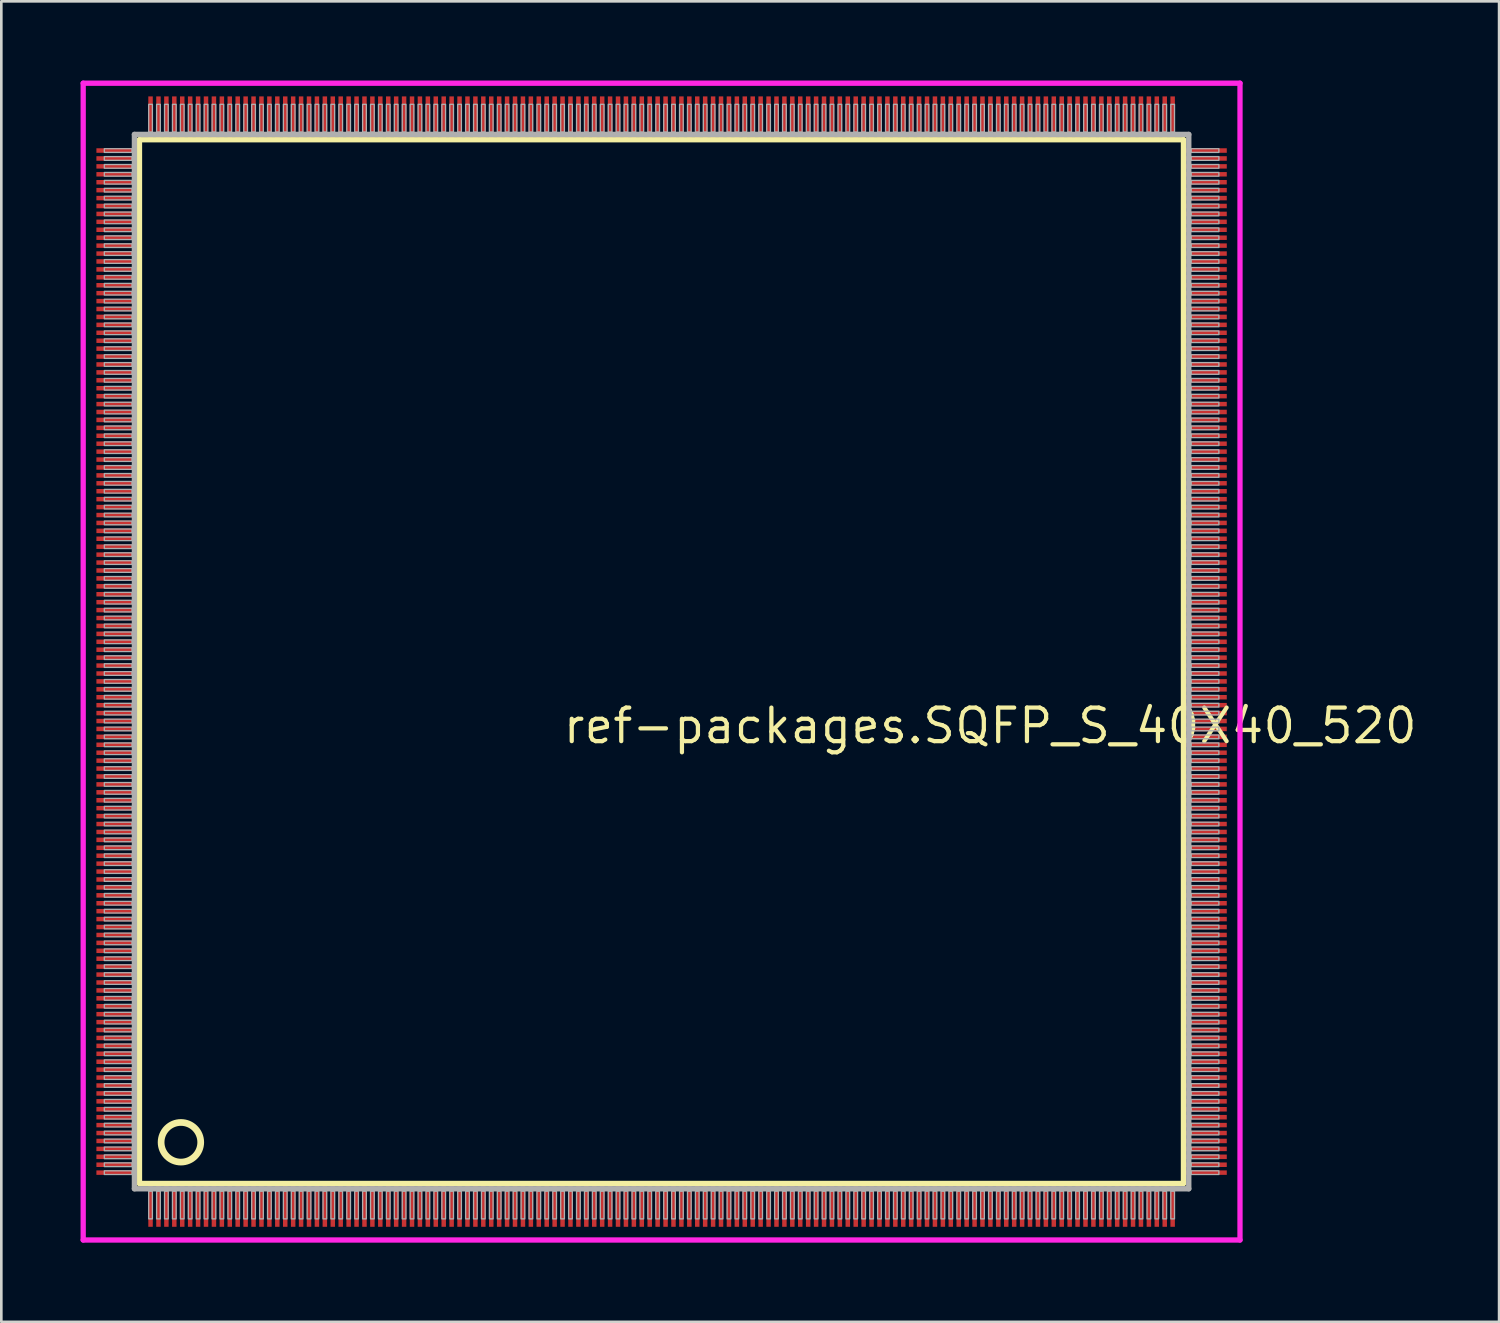
<source format=kicad_pcb>
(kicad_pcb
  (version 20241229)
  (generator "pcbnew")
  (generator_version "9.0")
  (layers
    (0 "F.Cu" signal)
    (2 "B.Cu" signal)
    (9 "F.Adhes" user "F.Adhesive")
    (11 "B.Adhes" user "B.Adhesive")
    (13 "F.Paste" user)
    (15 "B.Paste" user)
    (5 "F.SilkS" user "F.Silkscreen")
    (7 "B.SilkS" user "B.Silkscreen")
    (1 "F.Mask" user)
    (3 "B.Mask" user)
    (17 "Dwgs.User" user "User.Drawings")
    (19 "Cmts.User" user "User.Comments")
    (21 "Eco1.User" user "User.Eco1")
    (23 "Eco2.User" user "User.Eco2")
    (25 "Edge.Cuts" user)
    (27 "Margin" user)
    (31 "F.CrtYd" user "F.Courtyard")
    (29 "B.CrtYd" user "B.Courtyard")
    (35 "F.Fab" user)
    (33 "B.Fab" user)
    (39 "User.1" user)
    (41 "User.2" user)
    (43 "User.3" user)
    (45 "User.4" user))
  (footprint "ref-packages.SQFP_S_40X40_520"
    (layer "F.Cu")
    (at 22 22)
    (property "Reference" "ref-packages.SQFP_S_40X40_520" (at -3.81 3.175 0) (layer "F.SilkS") (effects (font (size 1.27 1.27) (thickness 0.16)) (justify left bottom)))
    (attr smd)
    (fp_line (start -19.77 -19.76) (end 19.76 -19.76) (stroke (width 0.203) (type default)) (layer "F.SilkS"))
    (fp_line (start -19.77 19.76) (end -19.77 -19.76) (stroke (width 0.203) (type default)) (layer "F.SilkS"))
    (fp_line (start 19.76 19.76) (end -19.77 19.76) (stroke (width 0.203) (type default)) (layer "F.SilkS"))
    (fp_line (start 19.76 -19.76) (end 19.76 19.76) (stroke (width 0.203) (type default)) (layer "F.SilkS"))
    (fp_circle (center -18.2 18.2) (end -17.45 18.2) (stroke (width 0.254) (type default)) (fill no) (layer "F.SilkS"))
    (fp_line (start -21.9 -21.9) (end 21.9 -21.9) (stroke (width 0.2) (type default)) (layer "F.CrtYd"))
    (fp_line (start -21.9 21.9) (end -21.9 -21.9) (stroke (width 0.2) (type default)) (layer "F.CrtYd"))
    (fp_line (start 21.9 -21.9) (end 21.9 21.9) (stroke (width 0.2) (type default)) (layer "F.CrtYd"))
    (fp_line (start 21.9 21.9) (end -21.9 21.9) (stroke (width 0.2) (type default)) (layer "F.CrtYd"))
    (fp_line (start -19.96 -19.96) (end -19.96 19.96) (stroke (width 0.203) (type default)) (layer "F.Fab"))
    (fp_line (start -19.96 19.96) (end 19.96 19.96) (stroke (width 0.203) (type default)) (layer "F.Fab"))
    (fp_line (start 19.96 -19.96) (end -19.96 -19.96) (stroke (width 0.203) (type default)) (layer "F.Fab"))
    (fp_line (start 19.96 19.96) (end 19.96 -19.96) (stroke (width 0.203) (type default)) (layer "F.Fab"))
    (fp_rect (start -21.1 -19.28) (end -20.05 -19.42) (stroke (width 0.05) (type default)) (fill no) (layer "F.Fab"))
    (fp_rect (start -21.1 -18.98) (end -20.05 -19.12) (stroke (width 0.05) (type default)) (fill no) (layer "F.Fab"))
    (fp_rect (start -21.1 -18.68) (end -20.05 -18.82) (stroke (width 0.05) (type default)) (fill no) (layer "F.Fab"))
    (fp_rect (start -21.1 -18.38) (end -20.05 -18.52) (stroke (width 0.05) (type default)) (fill no) (layer "F.Fab"))
    (fp_rect (start -21.1 -18.08) (end -20.05 -18.22) (stroke (width 0.05) (type default)) (fill no) (layer "F.Fab"))
    (fp_rect (start -21.1 -17.78) (end -20.05 -17.92) (stroke (width 0.05) (type default)) (fill no) (layer "F.Fab"))
    (fp_rect (start -21.1 -17.48) (end -20.05 -17.62) (stroke (width 0.05) (type default)) (fill no) (layer "F.Fab"))
    (fp_rect (start -21.1 -17.18) (end -20.05 -17.32) (stroke (width 0.05) (type default)) (fill no) (layer "F.Fab"))
    (fp_rect (start -21.1 -16.88) (end -20.05 -17.02) (stroke (width 0.05) (type default)) (fill no) (layer "F.Fab"))
    (fp_rect (start -21.1 -16.58) (end -20.05 -16.72) (stroke (width 0.05) (type default)) (fill no) (layer "F.Fab"))
    (fp_rect (start -21.1 -16.28) (end -20.05 -16.42) (stroke (width 0.05) (type default)) (fill no) (layer "F.Fab"))
    (fp_rect (start -21.1 -15.98) (end -20.05 -16.12) (stroke (width 0.05) (type default)) (fill no) (layer "F.Fab"))
    (fp_rect (start -21.1 -15.68) (end -20.05 -15.82) (stroke (width 0.05) (type default)) (fill no) (layer "F.Fab"))
    (fp_rect (start -21.1 -15.38) (end -20.05 -15.52) (stroke (width 0.05) (type default)) (fill no) (layer "F.Fab"))
    (fp_rect (start -21.1 -15.08) (end -20.05 -15.22) (stroke (width 0.05) (type default)) (fill no) (layer "F.Fab"))
    (fp_rect (start -21.1 -14.78) (end -20.05 -14.92) (stroke (width 0.05) (type default)) (fill no) (layer "F.Fab"))
    (fp_rect (start -21.1 -14.48) (end -20.05 -14.62) (stroke (width 0.05) (type default)) (fill no) (layer "F.Fab"))
    (fp_rect (start -21.1 -14.18) (end -20.05 -14.32) (stroke (width 0.05) (type default)) (fill no) (layer "F.Fab"))
    (fp_rect (start -21.1 -13.88) (end -20.05 -14.02) (stroke (width 0.05) (type default)) (fill no) (layer "F.Fab"))
    (fp_rect (start -21.1 -13.58) (end -20.05 -13.72) (stroke (width 0.05) (type default)) (fill no) (layer "F.Fab"))
    (fp_rect (start -21.1 -13.28) (end -20.05 -13.42) (stroke (width 0.05) (type default)) (fill no) (layer "F.Fab"))
    (fp_rect (start -21.1 -12.98) (end -20.05 -13.12) (stroke (width 0.05) (type default)) (fill no) (layer "F.Fab"))
    (fp_rect (start -21.1 -12.68) (end -20.05 -12.82) (stroke (width 0.05) (type default)) (fill no) (layer "F.Fab"))
    (fp_rect (start -21.1 -12.38) (end -20.05 -12.52) (stroke (width 0.05) (type default)) (fill no) (layer "F.Fab"))
    (fp_rect (start -21.1 -12.08) (end -20.05 -12.22) (stroke (width 0.05) (type default)) (fill no) (layer "F.Fab"))
    (fp_rect (start -21.1 -11.78) (end -20.05 -11.92) (stroke (width 0.05) (type default)) (fill no) (layer "F.Fab"))
    (fp_rect (start -21.1 -11.48) (end -20.05 -11.62) (stroke (width 0.05) (type default)) (fill no) (layer "F.Fab"))
    (fp_rect (start -21.1 -11.18) (end -20.05 -11.32) (stroke (width 0.05) (type default)) (fill no) (layer "F.Fab"))
    (fp_rect (start -21.1 -10.88) (end -20.05 -11.02) (stroke (width 0.05) (type default)) (fill no) (layer "F.Fab"))
    (fp_rect (start -21.1 -10.58) (end -20.05 -10.72) (stroke (width 0.05) (type default)) (fill no) (layer "F.Fab"))
    (fp_rect (start -21.1 -10.28) (end -20.05 -10.42) (stroke (width 0.05) (type default)) (fill no) (layer "F.Fab"))
    (fp_rect (start -21.1 -9.98) (end -20.05 -10.12) (stroke (width 0.05) (type default)) (fill no) (layer "F.Fab"))
    (fp_rect (start -21.1 -9.68) (end -20.05 -9.82) (stroke (width 0.05) (type default)) (fill no) (layer "F.Fab"))
    (fp_rect (start -21.1 -9.38) (end -20.05 -9.52) (stroke (width 0.05) (type default)) (fill no) (layer "F.Fab"))
    (fp_rect (start -21.1 -9.08) (end -20.05 -9.22) (stroke (width 0.05) (type default)) (fill no) (layer "F.Fab"))
    (fp_rect (start -21.1 -8.78) (end -20.05 -8.92) (stroke (width 0.05) (type default)) (fill no) (layer "F.Fab"))
    (fp_rect (start -21.1 -8.48) (end -20.05 -8.62) (stroke (width 0.05) (type default)) (fill no) (layer "F.Fab"))
    (fp_rect (start -21.1 -8.18) (end -20.05 -8.32) (stroke (width 0.05) (type default)) (fill no) (layer "F.Fab"))
    (fp_rect (start -21.1 -7.88) (end -20.05 -8.02) (stroke (width 0.05) (type default)) (fill no) (layer "F.Fab"))
    (fp_rect (start -21.1 -7.58) (end -20.05 -7.72) (stroke (width 0.05) (type default)) (fill no) (layer "F.Fab"))
    (fp_rect (start -21.1 -7.28) (end -20.05 -7.42) (stroke (width 0.05) (type default)) (fill no) (layer "F.Fab"))
    (fp_rect (start -21.1 -6.98) (end -20.05 -7.12) (stroke (width 0.05) (type default)) (fill no) (layer "F.Fab"))
    (fp_rect (start -21.1 -6.68) (end -20.05 -6.82) (stroke (width 0.05) (type default)) (fill no) (layer "F.Fab"))
    (fp_rect (start -21.1 -6.38) (end -20.05 -6.52) (stroke (width 0.05) (type default)) (fill no) (layer "F.Fab"))
    (fp_rect (start -21.1 -6.08) (end -20.05 -6.22) (stroke (width 0.05) (type default)) (fill no) (layer "F.Fab"))
    (fp_rect (start -21.1 -5.78) (end -20.05 -5.92) (stroke (width 0.05) (type default)) (fill no) (layer "F.Fab"))
    (fp_rect (start -21.1 -5.48) (end -20.05 -5.62) (stroke (width 0.05) (type default)) (fill no) (layer "F.Fab"))
    (fp_rect (start -21.1 -5.18) (end -20.05 -5.32) (stroke (width 0.05) (type default)) (fill no) (layer "F.Fab"))
    (fp_rect (start -21.1 -4.88) (end -20.05 -5.02) (stroke (width 0.05) (type default)) (fill no) (layer "F.Fab"))
    (fp_rect (start -21.1 -4.58) (end -20.05 -4.72) (stroke (width 0.05) (type default)) (fill no) (layer "F.Fab"))
    (fp_rect (start -21.1 -4.28) (end -20.05 -4.42) (stroke (width 0.05) (type default)) (fill no) (layer "F.Fab"))
    (fp_rect (start -21.1 -3.98) (end -20.05 -4.12) (stroke (width 0.05) (type default)) (fill no) (layer "F.Fab"))
    (fp_rect (start -21.1 -3.68) (end -20.05 -3.82) (stroke (width 0.05) (type default)) (fill no) (layer "F.Fab"))
    (fp_rect (start -21.1 -3.38) (end -20.05 -3.52) (stroke (width 0.05) (type default)) (fill no) (layer "F.Fab"))
    (fp_rect (start -21.1 -3.08) (end -20.05 -3.22) (stroke (width 0.05) (type default)) (fill no) (layer "F.Fab"))
    (fp_rect (start -21.1 -2.78) (end -20.05 -2.92) (stroke (width 0.05) (type default)) (fill no) (layer "F.Fab"))
    (fp_rect (start -21.1 -2.48) (end -20.05 -2.62) (stroke (width 0.05) (type default)) (fill no) (layer "F.Fab"))
    (fp_rect (start -21.1 -2.18) (end -20.05 -2.32) (stroke (width 0.05) (type default)) (fill no) (layer "F.Fab"))
    (fp_rect (start -21.1 -1.88) (end -20.05 -2.02) (stroke (width 0.05) (type default)) (fill no) (layer "F.Fab"))
    (fp_rect (start -21.1 -1.58) (end -20.05 -1.72) (stroke (width 0.05) (type default)) (fill no) (layer "F.Fab"))
    (fp_rect (start -21.1 -1.28) (end -20.05 -1.42) (stroke (width 0.05) (type default)) (fill no) (layer "F.Fab"))
    (fp_rect (start -21.1 -0.98) (end -20.05 -1.12) (stroke (width 0.05) (type default)) (fill no) (layer "F.Fab"))
    (fp_rect (start -21.1 -0.68) (end -20.05 -0.82) (stroke (width 0.05) (type default)) (fill no) (layer "F.Fab"))
    (fp_rect (start -21.1 -0.38) (end -20.05 -0.52) (stroke (width 0.05) (type default)) (fill no) (layer "F.Fab"))
    (fp_rect (start -21.1 -0.08) (end -20.05 -0.22) (stroke (width 0.05) (type default)) (fill no) (layer "F.Fab"))
    (fp_rect (start -21.1 0.22) (end -20.05 0.08) (stroke (width 0.05) (type default)) (fill no) (layer "F.Fab"))
    (fp_rect (start -21.1 0.52) (end -20.05 0.38) (stroke (width 0.05) (type default)) (fill no) (layer "F.Fab"))
    (fp_rect (start -21.1 0.82) (end -20.05 0.68) (stroke (width 0.05) (type default)) (fill no) (layer "F.Fab"))
    (fp_rect (start -21.1 1.12) (end -20.05 0.98) (stroke (width 0.05) (type default)) (fill no) (layer "F.Fab"))
    (fp_rect (start -21.1 1.42) (end -20.05 1.28) (stroke (width 0.05) (type default)) (fill no) (layer "F.Fab"))
    (fp_rect (start -21.1 1.72) (end -20.05 1.58) (stroke (width 0.05) (type default)) (fill no) (layer "F.Fab"))
    (fp_rect (start -21.1 2.02) (end -20.05 1.88) (stroke (width 0.05) (type default)) (fill no) (layer "F.Fab"))
    (fp_rect (start -21.1 2.32) (end -20.05 2.18) (stroke (width 0.05) (type default)) (fill no) (layer "F.Fab"))
    (fp_rect (start -21.1 2.62) (end -20.05 2.48) (stroke (width 0.05) (type default)) (fill no) (layer "F.Fab"))
    (fp_rect (start -21.1 2.92) (end -20.05 2.78) (stroke (width 0.05) (type default)) (fill no) (layer "F.Fab"))
    (fp_rect (start -21.1 3.22) (end -20.05 3.08) (stroke (width 0.05) (type default)) (fill no) (layer "F.Fab"))
    (fp_rect (start -21.1 3.52) (end -20.05 3.38) (stroke (width 0.05) (type default)) (fill no) (layer "F.Fab"))
    (fp_rect (start -21.1 3.82) (end -20.05 3.68) (stroke (width 0.05) (type default)) (fill no) (layer "F.Fab"))
    (fp_rect (start -21.1 4.12) (end -20.05 3.98) (stroke (width 0.05) (type default)) (fill no) (layer "F.Fab"))
    (fp_rect (start -21.1 4.42) (end -20.05 4.28) (stroke (width 0.05) (type default)) (fill no) (layer "F.Fab"))
    (fp_rect (start -21.1 4.72) (end -20.05 4.58) (stroke (width 0.05) (type default)) (fill no) (layer "F.Fab"))
    (fp_rect (start -21.1 5.02) (end -20.05 4.88) (stroke (width 0.05) (type default)) (fill no) (layer "F.Fab"))
    (fp_rect (start -21.1 5.32) (end -20.05 5.18) (stroke (width 0.05) (type default)) (fill no) (layer "F.Fab"))
    (fp_rect (start -21.1 5.62) (end -20.05 5.48) (stroke (width 0.05) (type default)) (fill no) (layer "F.Fab"))
    (fp_rect (start -21.1 5.92) (end -20.05 5.78) (stroke (width 0.05) (type default)) (fill no) (layer "F.Fab"))
    (fp_rect (start -21.1 6.22) (end -20.05 6.08) (stroke (width 0.05) (type default)) (fill no) (layer "F.Fab"))
    (fp_rect (start -21.1 6.52) (end -20.05 6.38) (stroke (width 0.05) (type default)) (fill no) (layer "F.Fab"))
    (fp_rect (start -21.1 6.82) (end -20.05 6.68) (stroke (width 0.05) (type default)) (fill no) (layer "F.Fab"))
    (fp_rect (start -21.1 7.12) (end -20.05 6.98) (stroke (width 0.05) (type default)) (fill no) (layer "F.Fab"))
    (fp_rect (start -21.1 7.42) (end -20.05 7.28) (stroke (width 0.05) (type default)) (fill no) (layer "F.Fab"))
    (fp_rect (start -21.1 7.72) (end -20.05 7.58) (stroke (width 0.05) (type default)) (fill no) (layer "F.Fab"))
    (fp_rect (start -21.1 8.02) (end -20.05 7.88) (stroke (width 0.05) (type default)) (fill no) (layer "F.Fab"))
    (fp_rect (start -21.1 8.32) (end -20.05 8.18) (stroke (width 0.05) (type default)) (fill no) (layer "F.Fab"))
    (fp_rect (start -21.1 8.62) (end -20.05 8.48) (stroke (width 0.05) (type default)) (fill no) (layer "F.Fab"))
    (fp_rect (start -21.1 8.92) (end -20.05 8.78) (stroke (width 0.05) (type default)) (fill no) (layer "F.Fab"))
    (fp_rect (start -21.1 9.22) (end -20.05 9.08) (stroke (width 0.05) (type default)) (fill no) (layer "F.Fab"))
    (fp_rect (start -21.1 9.52) (end -20.05 9.38) (stroke (width 0.05) (type default)) (fill no) (layer "F.Fab"))
    (fp_rect (start -21.1 9.82) (end -20.05 9.68) (stroke (width 0.05) (type default)) (fill no) (layer "F.Fab"))
    (fp_rect (start -21.1 10.12) (end -20.05 9.98) (stroke (width 0.05) (type default)) (fill no) (layer "F.Fab"))
    (fp_rect (start -21.1 10.42) (end -20.05 10.28) (stroke (width 0.05) (type default)) (fill no) (layer "F.Fab"))
    (fp_rect (start -21.1 10.72) (end -20.05 10.58) (stroke (width 0.05) (type default)) (fill no) (layer "F.Fab"))
    (fp_rect (start -21.1 11.02) (end -20.05 10.88) (stroke (width 0.05) (type default)) (fill no) (layer "F.Fab"))
    (fp_rect (start -21.1 11.32) (end -20.05 11.18) (stroke (width 0.05) (type default)) (fill no) (layer "F.Fab"))
    (fp_rect (start -21.1 11.62) (end -20.05 11.48) (stroke (width 0.05) (type default)) (fill no) (layer "F.Fab"))
    (fp_rect (start -21.1 11.92) (end -20.05 11.78) (stroke (width 0.05) (type default)) (fill no) (layer "F.Fab"))
    (fp_rect (start -21.1 12.22) (end -20.05 12.08) (stroke (width 0.05) (type default)) (fill no) (layer "F.Fab"))
    (fp_rect (start -21.1 12.52) (end -20.05 12.38) (stroke (width 0.05) (type default)) (fill no) (layer "F.Fab"))
    (fp_rect (start -21.1 12.82) (end -20.05 12.68) (stroke (width 0.05) (type default)) (fill no) (layer "F.Fab"))
    (fp_rect (start -21.1 13.12) (end -20.05 12.98) (stroke (width 0.05) (type default)) (fill no) (layer "F.Fab"))
    (fp_rect (start -21.1 13.42) (end -20.05 13.28) (stroke (width 0.05) (type default)) (fill no) (layer "F.Fab"))
    (fp_rect (start -21.1 13.72) (end -20.05 13.58) (stroke (width 0.05) (type default)) (fill no) (layer "F.Fab"))
    (fp_rect (start -21.1 14.02) (end -20.05 13.88) (stroke (width 0.05) (type default)) (fill no) (layer "F.Fab"))
    (fp_rect (start -21.1 14.32) (end -20.05 14.18) (stroke (width 0.05) (type default)) (fill no) (layer "F.Fab"))
    (fp_rect (start -21.1 14.62) (end -20.05 14.48) (stroke (width 0.05) (type default)) (fill no) (layer "F.Fab"))
    (fp_rect (start -21.1 14.92) (end -20.05 14.78) (stroke (width 0.05) (type default)) (fill no) (layer "F.Fab"))
    (fp_rect (start -21.1 15.22) (end -20.05 15.08) (stroke (width 0.05) (type default)) (fill no) (layer "F.Fab"))
    (fp_rect (start -21.1 15.52) (end -20.05 15.38) (stroke (width 0.05) (type default)) (fill no) (layer "F.Fab"))
    (fp_rect (start -21.1 15.82) (end -20.05 15.68) (stroke (width 0.05) (type default)) (fill no) (layer "F.Fab"))
    (fp_rect (start -21.1 16.12) (end -20.05 15.98) (stroke (width 0.05) (type default)) (fill no) (layer "F.Fab"))
    (fp_rect (start -21.1 16.42) (end -20.05 16.28) (stroke (width 0.05) (type default)) (fill no) (layer "F.Fab"))
    (fp_rect (start -21.1 16.72) (end -20.05 16.58) (stroke (width 0.05) (type default)) (fill no) (layer "F.Fab"))
    (fp_rect (start -21.1 17.02) (end -20.05 16.88) (stroke (width 0.05) (type default)) (fill no) (layer "F.Fab"))
    (fp_rect (start -21.1 17.32) (end -20.05 17.18) (stroke (width 0.05) (type default)) (fill no) (layer "F.Fab"))
    (fp_rect (start -21.1 17.62) (end -20.05 17.48) (stroke (width 0.05) (type default)) (fill no) (layer "F.Fab"))
    (fp_rect (start -21.1 17.92) (end -20.05 17.78) (stroke (width 0.05) (type default)) (fill no) (layer "F.Fab"))
    (fp_rect (start -21.1 18.22) (end -20.05 18.08) (stroke (width 0.05) (type default)) (fill no) (layer "F.Fab"))
    (fp_rect (start -21.1 18.52) (end -20.05 18.38) (stroke (width 0.05) (type default)) (fill no) (layer "F.Fab"))
    (fp_rect (start -21.1 18.82) (end -20.05 18.68) (stroke (width 0.05) (type default)) (fill no) (layer "F.Fab"))
    (fp_rect (start -21.1 19.12) (end -20.05 18.98) (stroke (width 0.05) (type default)) (fill no) (layer "F.Fab"))
    (fp_rect (start -21.1 19.42) (end -20.05 19.28) (stroke (width 0.05) (type default)) (fill no) (layer "F.Fab"))
    (fp_rect (start -19.42 -20.05) (end -19.28 -21.1) (stroke (width 0.05) (type default)) (fill no) (layer "F.Fab"))
    (fp_rect (start -19.42 21.1) (end -19.28 20.05) (stroke (width 0.05) (type default)) (fill no) (layer "F.Fab"))
    (fp_rect (start -19.12 -20.05) (end -18.98 -21.1) (stroke (width 0.05) (type default)) (fill no) (layer "F.Fab"))
    (fp_rect (start -19.12 21.1) (end -18.98 20.05) (stroke (width 0.05) (type default)) (fill no) (layer "F.Fab"))
    (fp_rect (start -18.82 -20.05) (end -18.68 -21.1) (stroke (width 0.05) (type default)) (fill no) (layer "F.Fab"))
    (fp_rect (start -18.82 21.1) (end -18.68 20.05) (stroke (width 0.05) (type default)) (fill no) (layer "F.Fab"))
    (fp_rect (start -18.52 -20.05) (end -18.38 -21.1) (stroke (width 0.05) (type default)) (fill no) (layer "F.Fab"))
    (fp_rect (start -18.52 21.1) (end -18.38 20.05) (stroke (width 0.05) (type default)) (fill no) (layer "F.Fab"))
    (fp_rect (start -18.22 -20.05) (end -18.08 -21.1) (stroke (width 0.05) (type default)) (fill no) (layer "F.Fab"))
    (fp_rect (start -18.22 21.1) (end -18.08 20.05) (stroke (width 0.05) (type default)) (fill no) (layer "F.Fab"))
    (fp_rect (start -17.92 -20.05) (end -17.78 -21.1) (stroke (width 0.05) (type default)) (fill no) (layer "F.Fab"))
    (fp_rect (start -17.92 21.1) (end -17.78 20.05) (stroke (width 0.05) (type default)) (fill no) (layer "F.Fab"))
    (fp_rect (start -17.62 -20.05) (end -17.48 -21.1) (stroke (width 0.05) (type default)) (fill no) (layer "F.Fab"))
    (fp_rect (start -17.62 21.1) (end -17.48 20.05) (stroke (width 0.05) (type default)) (fill no) (layer "F.Fab"))
    (fp_rect (start -17.32 -20.05) (end -17.18 -21.1) (stroke (width 0.05) (type default)) (fill no) (layer "F.Fab"))
    (fp_rect (start -17.32 21.1) (end -17.18 20.05) (stroke (width 0.05) (type default)) (fill no) (layer "F.Fab"))
    (fp_rect (start -17.02 -20.05) (end -16.88 -21.1) (stroke (width 0.05) (type default)) (fill no) (layer "F.Fab"))
    (fp_rect (start -17.02 21.1) (end -16.88 20.05) (stroke (width 0.05) (type default)) (fill no) (layer "F.Fab"))
    (fp_rect (start -16.72 -20.05) (end -16.58 -21.1) (stroke (width 0.05) (type default)) (fill no) (layer "F.Fab"))
    (fp_rect (start -16.72 21.1) (end -16.58 20.05) (stroke (width 0.05) (type default)) (fill no) (layer "F.Fab"))
    (fp_rect (start -16.42 -20.05) (end -16.28 -21.1) (stroke (width 0.05) (type default)) (fill no) (layer "F.Fab"))
    (fp_rect (start -16.42 21.1) (end -16.28 20.05) (stroke (width 0.05) (type default)) (fill no) (layer "F.Fab"))
    (fp_rect (start -16.12 -20.05) (end -15.98 -21.1) (stroke (width 0.05) (type default)) (fill no) (layer "F.Fab"))
    (fp_rect (start -16.12 21.1) (end -15.98 20.05) (stroke (width 0.05) (type default)) (fill no) (layer "F.Fab"))
    (fp_rect (start -15.82 -20.05) (end -15.68 -21.1) (stroke (width 0.05) (type default)) (fill no) (layer "F.Fab"))
    (fp_rect (start -15.82 21.1) (end -15.68 20.05) (stroke (width 0.05) (type default)) (fill no) (layer "F.Fab"))
    (fp_rect (start -15.52 -20.05) (end -15.38 -21.1) (stroke (width 0.05) (type default)) (fill no) (layer "F.Fab"))
    (fp_rect (start -15.52 21.1) (end -15.38 20.05) (stroke (width 0.05) (type default)) (fill no) (layer "F.Fab"))
    (fp_rect (start -15.22 -20.05) (end -15.08 -21.1) (stroke (width 0.05) (type default)) (fill no) (layer "F.Fab"))
    (fp_rect (start -15.22 21.1) (end -15.08 20.05) (stroke (width 0.05) (type default)) (fill no) (layer "F.Fab"))
    (fp_rect (start -14.92 -20.05) (end -14.78 -21.1) (stroke (width 0.05) (type default)) (fill no) (layer "F.Fab"))
    (fp_rect (start -14.92 21.1) (end -14.78 20.05) (stroke (width 0.05) (type default)) (fill no) (layer "F.Fab"))
    (fp_rect (start -14.62 -20.05) (end -14.48 -21.1) (stroke (width 0.05) (type default)) (fill no) (layer "F.Fab"))
    (fp_rect (start -14.62 21.1) (end -14.48 20.05) (stroke (width 0.05) (type default)) (fill no) (layer "F.Fab"))
    (fp_rect (start -14.32 -20.05) (end -14.18 -21.1) (stroke (width 0.05) (type default)) (fill no) (layer "F.Fab"))
    (fp_rect (start -14.32 21.1) (end -14.18 20.05) (stroke (width 0.05) (type default)) (fill no) (layer "F.Fab"))
    (fp_rect (start -14.02 -20.05) (end -13.88 -21.1) (stroke (width 0.05) (type default)) (fill no) (layer "F.Fab"))
    (fp_rect (start -14.02 21.1) (end -13.88 20.05) (stroke (width 0.05) (type default)) (fill no) (layer "F.Fab"))
    (fp_rect (start -13.72 -20.05) (end -13.58 -21.1) (stroke (width 0.05) (type default)) (fill no) (layer "F.Fab"))
    (fp_rect (start -13.72 21.1) (end -13.58 20.05) (stroke (width 0.05) (type default)) (fill no) (layer "F.Fab"))
    (fp_rect (start -13.42 -20.05) (end -13.28 -21.1) (stroke (width 0.05) (type default)) (fill no) (layer "F.Fab"))
    (fp_rect (start -13.42 21.1) (end -13.28 20.05) (stroke (width 0.05) (type default)) (fill no) (layer "F.Fab"))
    (fp_rect (start -13.12 -20.05) (end -12.98 -21.1) (stroke (width 0.05) (type default)) (fill no) (layer "F.Fab"))
    (fp_rect (start -13.12 21.1) (end -12.98 20.05) (stroke (width 0.05) (type default)) (fill no) (layer "F.Fab"))
    (fp_rect (start -12.82 -20.05) (end -12.68 -21.1) (stroke (width 0.05) (type default)) (fill no) (layer "F.Fab"))
    (fp_rect (start -12.82 21.1) (end -12.68 20.05) (stroke (width 0.05) (type default)) (fill no) (layer "F.Fab"))
    (fp_rect (start -12.52 -20.05) (end -12.38 -21.1) (stroke (width 0.05) (type default)) (fill no) (layer "F.Fab"))
    (fp_rect (start -12.52 21.1) (end -12.38 20.05) (stroke (width 0.05) (type default)) (fill no) (layer "F.Fab"))
    (fp_rect (start -12.22 -20.05) (end -12.08 -21.1) (stroke (width 0.05) (type default)) (fill no) (layer "F.Fab"))
    (fp_rect (start -12.22 21.1) (end -12.08 20.05) (stroke (width 0.05) (type default)) (fill no) (layer "F.Fab"))
    (fp_rect (start -11.92 -20.05) (end -11.78 -21.1) (stroke (width 0.05) (type default)) (fill no) (layer "F.Fab"))
    (fp_rect (start -11.92 21.1) (end -11.78 20.05) (stroke (width 0.05) (type default)) (fill no) (layer "F.Fab"))
    (fp_rect (start -11.62 -20.05) (end -11.48 -21.1) (stroke (width 0.05) (type default)) (fill no) (layer "F.Fab"))
    (fp_rect (start -11.62 21.1) (end -11.48 20.05) (stroke (width 0.05) (type default)) (fill no) (layer "F.Fab"))
    (fp_rect (start -11.32 -20.05) (end -11.18 -21.1) (stroke (width 0.05) (type default)) (fill no) (layer "F.Fab"))
    (fp_rect (start -11.32 21.1) (end -11.18 20.05) (stroke (width 0.05) (type default)) (fill no) (layer "F.Fab"))
    (fp_rect (start -11.02 -20.05) (end -10.88 -21.1) (stroke (width 0.05) (type default)) (fill no) (layer "F.Fab"))
    (fp_rect (start -11.02 21.1) (end -10.88 20.05) (stroke (width 0.05) (type default)) (fill no) (layer "F.Fab"))
    (fp_rect (start -10.72 -20.05) (end -10.58 -21.1) (stroke (width 0.05) (type default)) (fill no) (layer "F.Fab"))
    (fp_rect (start -10.72 21.1) (end -10.58 20.05) (stroke (width 0.05) (type default)) (fill no) (layer "F.Fab"))
    (fp_rect (start -10.42 -20.05) (end -10.28 -21.1) (stroke (width 0.05) (type default)) (fill no) (layer "F.Fab"))
    (fp_rect (start -10.42 21.1) (end -10.28 20.05) (stroke (width 0.05) (type default)) (fill no) (layer "F.Fab"))
    (fp_rect (start -10.12 -20.05) (end -9.98 -21.1) (stroke (width 0.05) (type default)) (fill no) (layer "F.Fab"))
    (fp_rect (start -10.12 21.1) (end -9.98 20.05) (stroke (width 0.05) (type default)) (fill no) (layer "F.Fab"))
    (fp_rect (start -9.82 -20.05) (end -9.68 -21.1) (stroke (width 0.05) (type default)) (fill no) (layer "F.Fab"))
    (fp_rect (start -9.82 21.1) (end -9.68 20.05) (stroke (width 0.05) (type default)) (fill no) (layer "F.Fab"))
    (fp_rect (start -9.52 -20.05) (end -9.38 -21.1) (stroke (width 0.05) (type default)) (fill no) (layer "F.Fab"))
    (fp_rect (start -9.52 21.1) (end -9.38 20.05) (stroke (width 0.05) (type default)) (fill no) (layer "F.Fab"))
    (fp_rect (start -9.22 -20.05) (end -9.08 -21.1) (stroke (width 0.05) (type default)) (fill no) (layer "F.Fab"))
    (fp_rect (start -9.22 21.1) (end -9.08 20.05) (stroke (width 0.05) (type default)) (fill no) (layer "F.Fab"))
    (fp_rect (start -8.92 -20.05) (end -8.78 -21.1) (stroke (width 0.05) (type default)) (fill no) (layer "F.Fab"))
    (fp_rect (start -8.92 21.1) (end -8.78 20.05) (stroke (width 0.05) (type default)) (fill no) (layer "F.Fab"))
    (fp_rect (start -8.62 -20.05) (end -8.48 -21.1) (stroke (width 0.05) (type default)) (fill no) (layer "F.Fab"))
    (fp_rect (start -8.62 21.1) (end -8.48 20.05) (stroke (width 0.05) (type default)) (fill no) (layer "F.Fab"))
    (fp_rect (start -8.32 -20.05) (end -8.18 -21.1) (stroke (width 0.05) (type default)) (fill no) (layer "F.Fab"))
    (fp_rect (start -8.32 21.1) (end -8.18 20.05) (stroke (width 0.05) (type default)) (fill no) (layer "F.Fab"))
    (fp_rect (start -8.02 -20.05) (end -7.88 -21.1) (stroke (width 0.05) (type default)) (fill no) (layer "F.Fab"))
    (fp_rect (start -8.02 21.1) (end -7.88 20.05) (stroke (width 0.05) (type default)) (fill no) (layer "F.Fab"))
    (fp_rect (start -7.72 -20.05) (end -7.58 -21.1) (stroke (width 0.05) (type default)) (fill no) (layer "F.Fab"))
    (fp_rect (start -7.72 21.1) (end -7.58 20.05) (stroke (width 0.05) (type default)) (fill no) (layer "F.Fab"))
    (fp_rect (start -7.42 -20.05) (end -7.28 -21.1) (stroke (width 0.05) (type default)) (fill no) (layer "F.Fab"))
    (fp_rect (start -7.42 21.1) (end -7.28 20.05) (stroke (width 0.05) (type default)) (fill no) (layer "F.Fab"))
    (fp_rect (start -7.12 -20.05) (end -6.98 -21.1) (stroke (width 0.05) (type default)) (fill no) (layer "F.Fab"))
    (fp_rect (start -7.12 21.1) (end -6.98 20.05) (stroke (width 0.05) (type default)) (fill no) (layer "F.Fab"))
    (fp_rect (start -6.82 -20.05) (end -6.68 -21.1) (stroke (width 0.05) (type default)) (fill no) (layer "F.Fab"))
    (fp_rect (start -6.82 21.1) (end -6.68 20.05) (stroke (width 0.05) (type default)) (fill no) (layer "F.Fab"))
    (fp_rect (start -6.52 -20.05) (end -6.38 -21.1) (stroke (width 0.05) (type default)) (fill no) (layer "F.Fab"))
    (fp_rect (start -6.52 21.1) (end -6.38 20.05) (stroke (width 0.05) (type default)) (fill no) (layer "F.Fab"))
    (fp_rect (start -6.22 -20.05) (end -6.08 -21.1) (stroke (width 0.05) (type default)) (fill no) (layer "F.Fab"))
    (fp_rect (start -6.22 21.1) (end -6.08 20.05) (stroke (width 0.05) (type default)) (fill no) (layer "F.Fab"))
    (fp_rect (start -5.92 -20.05) (end -5.78 -21.1) (stroke (width 0.05) (type default)) (fill no) (layer "F.Fab"))
    (fp_rect (start -5.92 21.1) (end -5.78 20.05) (stroke (width 0.05) (type default)) (fill no) (layer "F.Fab"))
    (fp_rect (start -5.62 -20.05) (end -5.48 -21.1) (stroke (width 0.05) (type default)) (fill no) (layer "F.Fab"))
    (fp_rect (start -5.62 21.1) (end -5.48 20.05) (stroke (width 0.05) (type default)) (fill no) (layer "F.Fab"))
    (fp_rect (start -5.32 -20.05) (end -5.18 -21.1) (stroke (width 0.05) (type default)) (fill no) (layer "F.Fab"))
    (fp_rect (start -5.32 21.1) (end -5.18 20.05) (stroke (width 0.05) (type default)) (fill no) (layer "F.Fab"))
    (fp_rect (start -5.02 -20.05) (end -4.88 -21.1) (stroke (width 0.05) (type default)) (fill no) (layer "F.Fab"))
    (fp_rect (start -5.02 21.1) (end -4.88 20.05) (stroke (width 0.05) (type default)) (fill no) (layer "F.Fab"))
    (fp_rect (start -4.72 -20.05) (end -4.58 -21.1) (stroke (width 0.05) (type default)) (fill no) (layer "F.Fab"))
    (fp_rect (start -4.72 21.1) (end -4.58 20.05) (stroke (width 0.05) (type default)) (fill no) (layer "F.Fab"))
    (fp_rect (start -4.42 -20.05) (end -4.28 -21.1) (stroke (width 0.05) (type default)) (fill no) (layer "F.Fab"))
    (fp_rect (start -4.42 21.1) (end -4.28 20.05) (stroke (width 0.05) (type default)) (fill no) (layer "F.Fab"))
    (fp_rect (start -4.12 -20.05) (end -3.98 -21.1) (stroke (width 0.05) (type default)) (fill no) (layer "F.Fab"))
    (fp_rect (start -4.12 21.1) (end -3.98 20.05) (stroke (width 0.05) (type default)) (fill no) (layer "F.Fab"))
    (fp_rect (start -3.82 -20.05) (end -3.68 -21.1) (stroke (width 0.05) (type default)) (fill no) (layer "F.Fab"))
    (fp_rect (start -3.82 21.1) (end -3.68 20.05) (stroke (width 0.05) (type default)) (fill no) (layer "F.Fab"))
    (fp_rect (start -3.52 -20.05) (end -3.38 -21.1) (stroke (width 0.05) (type default)) (fill no) (layer "F.Fab"))
    (fp_rect (start -3.52 21.1) (end -3.38 20.05) (stroke (width 0.05) (type default)) (fill no) (layer "F.Fab"))
    (fp_rect (start -3.22 -20.05) (end -3.08 -21.1) (stroke (width 0.05) (type default)) (fill no) (layer "F.Fab"))
    (fp_rect (start -3.22 21.1) (end -3.08 20.05) (stroke (width 0.05) (type default)) (fill no) (layer "F.Fab"))
    (fp_rect (start -2.92 -20.05) (end -2.78 -21.1) (stroke (width 0.05) (type default)) (fill no) (layer "F.Fab"))
    (fp_rect (start -2.92 21.1) (end -2.78 20.05) (stroke (width 0.05) (type default)) (fill no) (layer "F.Fab"))
    (fp_rect (start -2.62 -20.05) (end -2.48 -21.1) (stroke (width 0.05) (type default)) (fill no) (layer "F.Fab"))
    (fp_rect (start -2.62 21.1) (end -2.48 20.05) (stroke (width 0.05) (type default)) (fill no) (layer "F.Fab"))
    (fp_rect (start -2.32 -20.05) (end -2.18 -21.1) (stroke (width 0.05) (type default)) (fill no) (layer "F.Fab"))
    (fp_rect (start -2.32 21.1) (end -2.18 20.05) (stroke (width 0.05) (type default)) (fill no) (layer "F.Fab"))
    (fp_rect (start -2.02 -20.05) (end -1.88 -21.1) (stroke (width 0.05) (type default)) (fill no) (layer "F.Fab"))
    (fp_rect (start -2.02 21.1) (end -1.88 20.05) (stroke (width 0.05) (type default)) (fill no) (layer "F.Fab"))
    (fp_rect (start -1.72 -20.05) (end -1.58 -21.1) (stroke (width 0.05) (type default)) (fill no) (layer "F.Fab"))
    (fp_rect (start -1.72 21.1) (end -1.58 20.05) (stroke (width 0.05) (type default)) (fill no) (layer "F.Fab"))
    (fp_rect (start -1.42 -20.05) (end -1.28 -21.1) (stroke (width 0.05) (type default)) (fill no) (layer "F.Fab"))
    (fp_rect (start -1.42 21.1) (end -1.28 20.05) (stroke (width 0.05) (type default)) (fill no) (layer "F.Fab"))
    (fp_rect (start -1.12 -20.05) (end -0.98 -21.1) (stroke (width 0.05) (type default)) (fill no) (layer "F.Fab"))
    (fp_rect (start -1.12 21.1) (end -0.98 20.05) (stroke (width 0.05) (type default)) (fill no) (layer "F.Fab"))
    (fp_rect (start -0.82 -20.05) (end -0.68 -21.1) (stroke (width 0.05) (type default)) (fill no) (layer "F.Fab"))
    (fp_rect (start -0.82 21.1) (end -0.68 20.05) (stroke (width 0.05) (type default)) (fill no) (layer "F.Fab"))
    (fp_rect (start -0.52 -20.05) (end -0.38 -21.1) (stroke (width 0.05) (type default)) (fill no) (layer "F.Fab"))
    (fp_rect (start -0.52 21.1) (end -0.38 20.05) (stroke (width 0.05) (type default)) (fill no) (layer "F.Fab"))
    (fp_rect (start -0.22 -20.05) (end -0.08 -21.1) (stroke (width 0.05) (type default)) (fill no) (layer "F.Fab"))
    (fp_rect (start -0.22 21.1) (end -0.08 20.05) (stroke (width 0.05) (type default)) (fill no) (layer "F.Fab"))
    (fp_rect (start 0.08 -20.05) (end 0.22 -21.1) (stroke (width 0.05) (type default)) (fill no) (layer "F.Fab"))
    (fp_rect (start 0.08 21.1) (end 0.22 20.05) (stroke (width 0.05) (type default)) (fill no) (layer "F.Fab"))
    (fp_rect (start 0.38 -20.05) (end 0.52 -21.1) (stroke (width 0.05) (type default)) (fill no) (layer "F.Fab"))
    (fp_rect (start 0.38 21.1) (end 0.52 20.05) (stroke (width 0.05) (type default)) (fill no) (layer "F.Fab"))
    (fp_rect (start 0.68 -20.05) (end 0.82 -21.1) (stroke (width 0.05) (type default)) (fill no) (layer "F.Fab"))
    (fp_rect (start 0.68 21.1) (end 0.82 20.05) (stroke (width 0.05) (type default)) (fill no) (layer "F.Fab"))
    (fp_rect (start 0.98 -20.05) (end 1.12 -21.1) (stroke (width 0.05) (type default)) (fill no) (layer "F.Fab"))
    (fp_rect (start 0.98 21.1) (end 1.12 20.05) (stroke (width 0.05) (type default)) (fill no) (layer "F.Fab"))
    (fp_rect (start 1.28 -20.05) (end 1.42 -21.1) (stroke (width 0.05) (type default)) (fill no) (layer "F.Fab"))
    (fp_rect (start 1.28 21.1) (end 1.42 20.05) (stroke (width 0.05) (type default)) (fill no) (layer "F.Fab"))
    (fp_rect (start 1.58 -20.05) (end 1.72 -21.1) (stroke (width 0.05) (type default)) (fill no) (layer "F.Fab"))
    (fp_rect (start 1.58 21.1) (end 1.72 20.05) (stroke (width 0.05) (type default)) (fill no) (layer "F.Fab"))
    (fp_rect (start 1.88 -20.05) (end 2.02 -21.1) (stroke (width 0.05) (type default)) (fill no) (layer "F.Fab"))
    (fp_rect (start 1.88 21.1) (end 2.02 20.05) (stroke (width 0.05) (type default)) (fill no) (layer "F.Fab"))
    (fp_rect (start 2.18 -20.05) (end 2.32 -21.1) (stroke (width 0.05) (type default)) (fill no) (layer "F.Fab"))
    (fp_rect (start 2.18 21.1) (end 2.32 20.05) (stroke (width 0.05) (type default)) (fill no) (layer "F.Fab"))
    (fp_rect (start 2.48 -20.05) (end 2.62 -21.1) (stroke (width 0.05) (type default)) (fill no) (layer "F.Fab"))
    (fp_rect (start 2.48 21.1) (end 2.62 20.05) (stroke (width 0.05) (type default)) (fill no) (layer "F.Fab"))
    (fp_rect (start 2.78 -20.05) (end 2.92 -21.1) (stroke (width 0.05) (type default)) (fill no) (layer "F.Fab"))
    (fp_rect (start 2.78 21.1) (end 2.92 20.05) (stroke (width 0.05) (type default)) (fill no) (layer "F.Fab"))
    (fp_rect (start 3.08 -20.05) (end 3.22 -21.1) (stroke (width 0.05) (type default)) (fill no) (layer "F.Fab"))
    (fp_rect (start 3.08 21.1) (end 3.22 20.05) (stroke (width 0.05) (type default)) (fill no) (layer "F.Fab"))
    (fp_rect (start 3.38 -20.05) (end 3.52 -21.1) (stroke (width 0.05) (type default)) (fill no) (layer "F.Fab"))
    (fp_rect (start 3.38 21.1) (end 3.52 20.05) (stroke (width 0.05) (type default)) (fill no) (layer "F.Fab"))
    (fp_rect (start 3.68 -20.05) (end 3.82 -21.1) (stroke (width 0.05) (type default)) (fill no) (layer "F.Fab"))
    (fp_rect (start 3.68 21.1) (end 3.82 20.05) (stroke (width 0.05) (type default)) (fill no) (layer "F.Fab"))
    (fp_rect (start 3.98 -20.05) (end 4.12 -21.1) (stroke (width 0.05) (type default)) (fill no) (layer "F.Fab"))
    (fp_rect (start 3.98 21.1) (end 4.12 20.05) (stroke (width 0.05) (type default)) (fill no) (layer "F.Fab"))
    (fp_rect (start 4.28 -20.05) (end 4.42 -21.1) (stroke (width 0.05) (type default)) (fill no) (layer "F.Fab"))
    (fp_rect (start 4.28 21.1) (end 4.42 20.05) (stroke (width 0.05) (type default)) (fill no) (layer "F.Fab"))
    (fp_rect (start 4.58 -20.05) (end 4.72 -21.1) (stroke (width 0.05) (type default)) (fill no) (layer "F.Fab"))
    (fp_rect (start 4.58 21.1) (end 4.72 20.05) (stroke (width 0.05) (type default)) (fill no) (layer "F.Fab"))
    (fp_rect (start 4.88 -20.05) (end 5.02 -21.1) (stroke (width 0.05) (type default)) (fill no) (layer "F.Fab"))
    (fp_rect (start 4.88 21.1) (end 5.02 20.05) (stroke (width 0.05) (type default)) (fill no) (layer "F.Fab"))
    (fp_rect (start 5.18 -20.05) (end 5.32 -21.1) (stroke (width 0.05) (type default)) (fill no) (layer "F.Fab"))
    (fp_rect (start 5.18 21.1) (end 5.32 20.05) (stroke (width 0.05) (type default)) (fill no) (layer "F.Fab"))
    (fp_rect (start 5.48 -20.05) (end 5.62 -21.1) (stroke (width 0.05) (type default)) (fill no) (layer "F.Fab"))
    (fp_rect (start 5.48 21.1) (end 5.62 20.05) (stroke (width 0.05) (type default)) (fill no) (layer "F.Fab"))
    (fp_rect (start 5.78 -20.05) (end 5.92 -21.1) (stroke (width 0.05) (type default)) (fill no) (layer "F.Fab"))
    (fp_rect (start 5.78 21.1) (end 5.92 20.05) (stroke (width 0.05) (type default)) (fill no) (layer "F.Fab"))
    (fp_rect (start 6.08 -20.05) (end 6.22 -21.1) (stroke (width 0.05) (type default)) (fill no) (layer "F.Fab"))
    (fp_rect (start 6.08 21.1) (end 6.22 20.05) (stroke (width 0.05) (type default)) (fill no) (layer "F.Fab"))
    (fp_rect (start 6.38 -20.05) (end 6.52 -21.1) (stroke (width 0.05) (type default)) (fill no) (layer "F.Fab"))
    (fp_rect (start 6.38 21.1) (end 6.52 20.05) (stroke (width 0.05) (type default)) (fill no) (layer "F.Fab"))
    (fp_rect (start 6.68 -20.05) (end 6.82 -21.1) (stroke (width 0.05) (type default)) (fill no) (layer "F.Fab"))
    (fp_rect (start 6.68 21.1) (end 6.82 20.05) (stroke (width 0.05) (type default)) (fill no) (layer "F.Fab"))
    (fp_rect (start 6.98 -20.05) (end 7.12 -21.1) (stroke (width 0.05) (type default)) (fill no) (layer "F.Fab"))
    (fp_rect (start 6.98 21.1) (end 7.12 20.05) (stroke (width 0.05) (type default)) (fill no) (layer "F.Fab"))
    (fp_rect (start 7.28 -20.05) (end 7.42 -21.1) (stroke (width 0.05) (type default)) (fill no) (layer "F.Fab"))
    (fp_rect (start 7.28 21.1) (end 7.42 20.05) (stroke (width 0.05) (type default)) (fill no) (layer "F.Fab"))
    (fp_rect (start 7.58 -20.05) (end 7.72 -21.1) (stroke (width 0.05) (type default)) (fill no) (layer "F.Fab"))
    (fp_rect (start 7.58 21.1) (end 7.72 20.05) (stroke (width 0.05) (type default)) (fill no) (layer "F.Fab"))
    (fp_rect (start 7.88 -20.05) (end 8.02 -21.1) (stroke (width 0.05) (type default)) (fill no) (layer "F.Fab"))
    (fp_rect (start 7.88 21.1) (end 8.02 20.05) (stroke (width 0.05) (type default)) (fill no) (layer "F.Fab"))
    (fp_rect (start 8.18 -20.05) (end 8.32 -21.1) (stroke (width 0.05) (type default)) (fill no) (layer "F.Fab"))
    (fp_rect (start 8.18 21.1) (end 8.32 20.05) (stroke (width 0.05) (type default)) (fill no) (layer "F.Fab"))
    (fp_rect (start 8.48 -20.05) (end 8.62 -21.1) (stroke (width 0.05) (type default)) (fill no) (layer "F.Fab"))
    (fp_rect (start 8.48 21.1) (end 8.62 20.05) (stroke (width 0.05) (type default)) (fill no) (layer "F.Fab"))
    (fp_rect (start 8.78 -20.05) (end 8.92 -21.1) (stroke (width 0.05) (type default)) (fill no) (layer "F.Fab"))
    (fp_rect (start 8.78 21.1) (end 8.92 20.05) (stroke (width 0.05) (type default)) (fill no) (layer "F.Fab"))
    (fp_rect (start 9.08 -20.05) (end 9.22 -21.1) (stroke (width 0.05) (type default)) (fill no) (layer "F.Fab"))
    (fp_rect (start 9.08 21.1) (end 9.22 20.05) (stroke (width 0.05) (type default)) (fill no) (layer "F.Fab"))
    (fp_rect (start 9.38 -20.05) (end 9.52 -21.1) (stroke (width 0.05) (type default)) (fill no) (layer "F.Fab"))
    (fp_rect (start 9.38 21.1) (end 9.52 20.05) (stroke (width 0.05) (type default)) (fill no) (layer "F.Fab"))
    (fp_rect (start 9.68 -20.05) (end 9.82 -21.1) (stroke (width 0.05) (type default)) (fill no) (layer "F.Fab"))
    (fp_rect (start 9.68 21.1) (end 9.82 20.05) (stroke (width 0.05) (type default)) (fill no) (layer "F.Fab"))
    (fp_rect (start 9.98 -20.05) (end 10.12 -21.1) (stroke (width 0.05) (type default)) (fill no) (layer "F.Fab"))
    (fp_rect (start 9.98 21.1) (end 10.12 20.05) (stroke (width 0.05) (type default)) (fill no) (layer "F.Fab"))
    (fp_rect (start 10.28 -20.05) (end 10.42 -21.1) (stroke (width 0.05) (type default)) (fill no) (layer "F.Fab"))
    (fp_rect (start 10.28 21.1) (end 10.42 20.05) (stroke (width 0.05) (type default)) (fill no) (layer "F.Fab"))
    (fp_rect (start 10.58 -20.05) (end 10.72 -21.1) (stroke (width 0.05) (type default)) (fill no) (layer "F.Fab"))
    (fp_rect (start 10.58 21.1) (end 10.72 20.05) (stroke (width 0.05) (type default)) (fill no) (layer "F.Fab"))
    (fp_rect (start 10.88 -20.05) (end 11.02 -21.1) (stroke (width 0.05) (type default)) (fill no) (layer "F.Fab"))
    (fp_rect (start 10.88 21.1) (end 11.02 20.05) (stroke (width 0.05) (type default)) (fill no) (layer "F.Fab"))
    (fp_rect (start 11.18 -20.05) (end 11.32 -21.1) (stroke (width 0.05) (type default)) (fill no) (layer "F.Fab"))
    (fp_rect (start 11.18 21.1) (end 11.32 20.05) (stroke (width 0.05) (type default)) (fill no) (layer "F.Fab"))
    (fp_rect (start 11.48 -20.05) (end 11.62 -21.1) (stroke (width 0.05) (type default)) (fill no) (layer "F.Fab"))
    (fp_rect (start 11.48 21.1) (end 11.62 20.05) (stroke (width 0.05) (type default)) (fill no) (layer "F.Fab"))
    (fp_rect (start 11.78 -20.05) (end 11.92 -21.1) (stroke (width 0.05) (type default)) (fill no) (layer "F.Fab"))
    (fp_rect (start 11.78 21.1) (end 11.92 20.05) (stroke (width 0.05) (type default)) (fill no) (layer "F.Fab"))
    (fp_rect (start 12.08 -20.05) (end 12.22 -21.1) (stroke (width 0.05) (type default)) (fill no) (layer "F.Fab"))
    (fp_rect (start 12.08 21.1) (end 12.22 20.05) (stroke (width 0.05) (type default)) (fill no) (layer "F.Fab"))
    (fp_rect (start 12.38 -20.05) (end 12.52 -21.1) (stroke (width 0.05) (type default)) (fill no) (layer "F.Fab"))
    (fp_rect (start 12.38 21.1) (end 12.52 20.05) (stroke (width 0.05) (type default)) (fill no) (layer "F.Fab"))
    (fp_rect (start 12.68 -20.05) (end 12.82 -21.1) (stroke (width 0.05) (type default)) (fill no) (layer "F.Fab"))
    (fp_rect (start 12.68 21.1) (end 12.82 20.05) (stroke (width 0.05) (type default)) (fill no) (layer "F.Fab"))
    (fp_rect (start 12.98 -20.05) (end 13.12 -21.1) (stroke (width 0.05) (type default)) (fill no) (layer "F.Fab"))
    (fp_rect (start 12.98 21.1) (end 13.12 20.05) (stroke (width 0.05) (type default)) (fill no) (layer "F.Fab"))
    (fp_rect (start 13.28 -20.05) (end 13.42 -21.1) (stroke (width 0.05) (type default)) (fill no) (layer "F.Fab"))
    (fp_rect (start 13.28 21.1) (end 13.42 20.05) (stroke (width 0.05) (type default)) (fill no) (layer "F.Fab"))
    (fp_rect (start 13.58 -20.05) (end 13.72 -21.1) (stroke (width 0.05) (type default)) (fill no) (layer "F.Fab"))
    (fp_rect (start 13.58 21.1) (end 13.72 20.05) (stroke (width 0.05) (type default)) (fill no) (layer "F.Fab"))
    (fp_rect (start 13.88 -20.05) (end 14.02 -21.1) (stroke (width 0.05) (type default)) (fill no) (layer "F.Fab"))
    (fp_rect (start 13.88 21.1) (end 14.02 20.05) (stroke (width 0.05) (type default)) (fill no) (layer "F.Fab"))
    (fp_rect (start 14.18 -20.05) (end 14.32 -21.1) (stroke (width 0.05) (type default)) (fill no) (layer "F.Fab"))
    (fp_rect (start 14.18 21.1) (end 14.32 20.05) (stroke (width 0.05) (type default)) (fill no) (layer "F.Fab"))
    (fp_rect (start 14.48 -20.05) (end 14.62 -21.1) (stroke (width 0.05) (type default)) (fill no) (layer "F.Fab"))
    (fp_rect (start 14.48 21.1) (end 14.62 20.05) (stroke (width 0.05) (type default)) (fill no) (layer "F.Fab"))
    (fp_rect (start 14.78 -20.05) (end 14.92 -21.1) (stroke (width 0.05) (type default)) (fill no) (layer "F.Fab"))
    (fp_rect (start 14.78 21.1) (end 14.92 20.05) (stroke (width 0.05) (type default)) (fill no) (layer "F.Fab"))
    (fp_rect (start 15.08 -20.05) (end 15.22 -21.1) (stroke (width 0.05) (type default)) (fill no) (layer "F.Fab"))
    (fp_rect (start 15.08 21.1) (end 15.22 20.05) (stroke (width 0.05) (type default)) (fill no) (layer "F.Fab"))
    (fp_rect (start 15.38 -20.05) (end 15.52 -21.1) (stroke (width 0.05) (type default)) (fill no) (layer "F.Fab"))
    (fp_rect (start 15.38 21.1) (end 15.52 20.05) (stroke (width 0.05) (type default)) (fill no) (layer "F.Fab"))
    (fp_rect (start 15.68 -20.05) (end 15.82 -21.1) (stroke (width 0.05) (type default)) (fill no) (layer "F.Fab"))
    (fp_rect (start 15.68 21.1) (end 15.82 20.05) (stroke (width 0.05) (type default)) (fill no) (layer "F.Fab"))
    (fp_rect (start 15.98 -20.05) (end 16.12 -21.1) (stroke (width 0.05) (type default)) (fill no) (layer "F.Fab"))
    (fp_rect (start 15.98 21.1) (end 16.12 20.05) (stroke (width 0.05) (type default)) (fill no) (layer "F.Fab"))
    (fp_rect (start 16.28 -20.05) (end 16.42 -21.1) (stroke (width 0.05) (type default)) (fill no) (layer "F.Fab"))
    (fp_rect (start 16.28 21.1) (end 16.42 20.05) (stroke (width 0.05) (type default)) (fill no) (layer "F.Fab"))
    (fp_rect (start 16.58 -20.05) (end 16.72 -21.1) (stroke (width 0.05) (type default)) (fill no) (layer "F.Fab"))
    (fp_rect (start 16.58 21.1) (end 16.72 20.05) (stroke (width 0.05) (type default)) (fill no) (layer "F.Fab"))
    (fp_rect (start 16.88 -20.05) (end 17.02 -21.1) (stroke (width 0.05) (type default)) (fill no) (layer "F.Fab"))
    (fp_rect (start 16.88 21.1) (end 17.02 20.05) (stroke (width 0.05) (type default)) (fill no) (layer "F.Fab"))
    (fp_rect (start 17.18 -20.05) (end 17.32 -21.1) (stroke (width 0.05) (type default)) (fill no) (layer "F.Fab"))
    (fp_rect (start 17.18 21.1) (end 17.32 20.05) (stroke (width 0.05) (type default)) (fill no) (layer "F.Fab"))
    (fp_rect (start 17.48 -20.05) (end 17.62 -21.1) (stroke (width 0.05) (type default)) (fill no) (layer "F.Fab"))
    (fp_rect (start 17.48 21.1) (end 17.62 20.05) (stroke (width 0.05) (type default)) (fill no) (layer "F.Fab"))
    (fp_rect (start 17.78 -20.05) (end 17.92 -21.1) (stroke (width 0.05) (type default)) (fill no) (layer "F.Fab"))
    (fp_rect (start 17.78 21.1) (end 17.92 20.05) (stroke (width 0.05) (type default)) (fill no) (layer "F.Fab"))
    (fp_rect (start 18.08 -20.05) (end 18.22 -21.1) (stroke (width 0.05) (type default)) (fill no) (layer "F.Fab"))
    (fp_rect (start 18.08 21.1) (end 18.22 20.05) (stroke (width 0.05) (type default)) (fill no) (layer "F.Fab"))
    (fp_rect (start 18.38 -20.05) (end 18.52 -21.1) (stroke (width 0.05) (type default)) (fill no) (layer "F.Fab"))
    (fp_rect (start 18.38 21.1) (end 18.52 20.05) (stroke (width 0.05) (type default)) (fill no) (layer "F.Fab"))
    (fp_rect (start 18.68 -20.05) (end 18.82 -21.1) (stroke (width 0.05) (type default)) (fill no) (layer "F.Fab"))
    (fp_rect (start 18.68 21.1) (end 18.82 20.05) (stroke (width 0.05) (type default)) (fill no) (layer "F.Fab"))
    (fp_rect (start 18.98 -20.05) (end 19.12 -21.1) (stroke (width 0.05) (type default)) (fill no) (layer "F.Fab"))
    (fp_rect (start 18.98 21.1) (end 19.12 20.05) (stroke (width 0.05) (type default)) (fill no) (layer "F.Fab"))
    (fp_rect (start 19.28 -20.05) (end 19.42 -21.1) (stroke (width 0.05) (type default)) (fill no) (layer "F.Fab"))
    (fp_rect (start 19.28 21.1) (end 19.42 20.05) (stroke (width 0.05) (type default)) (fill no) (layer "F.Fab"))
    (fp_rect (start 20.05 -19.28) (end 21.1 -19.42) (stroke (width 0.05) (type default)) (fill no) (layer "F.Fab"))
    (fp_rect (start 20.05 -18.98) (end 21.1 -19.12) (stroke (width 0.05) (type default)) (fill no) (layer "F.Fab"))
    (fp_rect (start 20.05 -18.68) (end 21.1 -18.82) (stroke (width 0.05) (type default)) (fill no) (layer "F.Fab"))
    (fp_rect (start 20.05 -18.38) (end 21.1 -18.52) (stroke (width 0.05) (type default)) (fill no) (layer "F.Fab"))
    (fp_rect (start 20.05 -18.08) (end 21.1 -18.22) (stroke (width 0.05) (type default)) (fill no) (layer "F.Fab"))
    (fp_rect (start 20.05 -17.78) (end 21.1 -17.92) (stroke (width 0.05) (type default)) (fill no) (layer "F.Fab"))
    (fp_rect (start 20.05 -17.48) (end 21.1 -17.62) (stroke (width 0.05) (type default)) (fill no) (layer "F.Fab"))
    (fp_rect (start 20.05 -17.18) (end 21.1 -17.32) (stroke (width 0.05) (type default)) (fill no) (layer "F.Fab"))
    (fp_rect (start 20.05 -16.88) (end 21.1 -17.02) (stroke (width 0.05) (type default)) (fill no) (layer "F.Fab"))
    (fp_rect (start 20.05 -16.58) (end 21.1 -16.72) (stroke (width 0.05) (type default)) (fill no) (layer "F.Fab"))
    (fp_rect (start 20.05 -16.28) (end 21.1 -16.42) (stroke (width 0.05) (type default)) (fill no) (layer "F.Fab"))
    (fp_rect (start 20.05 -15.98) (end 21.1 -16.12) (stroke (width 0.05) (type default)) (fill no) (layer "F.Fab"))
    (fp_rect (start 20.05 -15.68) (end 21.1 -15.82) (stroke (width 0.05) (type default)) (fill no) (layer "F.Fab"))
    (fp_rect (start 20.05 -15.38) (end 21.1 -15.52) (stroke (width 0.05) (type default)) (fill no) (layer "F.Fab"))
    (fp_rect (start 20.05 -15.08) (end 21.1 -15.22) (stroke (width 0.05) (type default)) (fill no) (layer "F.Fab"))
    (fp_rect (start 20.05 -14.78) (end 21.1 -14.92) (stroke (width 0.05) (type default)) (fill no) (layer "F.Fab"))
    (fp_rect (start 20.05 -14.48) (end 21.1 -14.62) (stroke (width 0.05) (type default)) (fill no) (layer "F.Fab"))
    (fp_rect (start 20.05 -14.18) (end 21.1 -14.32) (stroke (width 0.05) (type default)) (fill no) (layer "F.Fab"))
    (fp_rect (start 20.05 -13.88) (end 21.1 -14.02) (stroke (width 0.05) (type default)) (fill no) (layer "F.Fab"))
    (fp_rect (start 20.05 -13.58) (end 21.1 -13.72) (stroke (width 0.05) (type default)) (fill no) (layer "F.Fab"))
    (fp_rect (start 20.05 -13.28) (end 21.1 -13.42) (stroke (width 0.05) (type default)) (fill no) (layer "F.Fab"))
    (fp_rect (start 20.05 -12.98) (end 21.1 -13.12) (stroke (width 0.05) (type default)) (fill no) (layer "F.Fab"))
    (fp_rect (start 20.05 -12.68) (end 21.1 -12.82) (stroke (width 0.05) (type default)) (fill no) (layer "F.Fab"))
    (fp_rect (start 20.05 -12.38) (end 21.1 -12.52) (stroke (width 0.05) (type default)) (fill no) (layer "F.Fab"))
    (fp_rect (start 20.05 -12.08) (end 21.1 -12.22) (stroke (width 0.05) (type default)) (fill no) (layer "F.Fab"))
    (fp_rect (start 20.05 -11.78) (end 21.1 -11.92) (stroke (width 0.05) (type default)) (fill no) (layer "F.Fab"))
    (fp_rect (start 20.05 -11.48) (end 21.1 -11.62) (stroke (width 0.05) (type default)) (fill no) (layer "F.Fab"))
    (fp_rect (start 20.05 -11.18) (end 21.1 -11.32) (stroke (width 0.05) (type default)) (fill no) (layer "F.Fab"))
    (fp_rect (start 20.05 -10.88) (end 21.1 -11.02) (stroke (width 0.05) (type default)) (fill no) (layer "F.Fab"))
    (fp_rect (start 20.05 -10.58) (end 21.1 -10.72) (stroke (width 0.05) (type default)) (fill no) (layer "F.Fab"))
    (fp_rect (start 20.05 -10.28) (end 21.1 -10.42) (stroke (width 0.05) (type default)) (fill no) (layer "F.Fab"))
    (fp_rect (start 20.05 -9.98) (end 21.1 -10.12) (stroke (width 0.05) (type default)) (fill no) (layer "F.Fab"))
    (fp_rect (start 20.05 -9.68) (end 21.1 -9.82) (stroke (width 0.05) (type default)) (fill no) (layer "F.Fab"))
    (fp_rect (start 20.05 -9.38) (end 21.1 -9.52) (stroke (width 0.05) (type default)) (fill no) (layer "F.Fab"))
    (fp_rect (start 20.05 -9.08) (end 21.1 -9.22) (stroke (width 0.05) (type default)) (fill no) (layer "F.Fab"))
    (fp_rect (start 20.05 -8.78) (end 21.1 -8.92) (stroke (width 0.05) (type default)) (fill no) (layer "F.Fab"))
    (fp_rect (start 20.05 -8.48) (end 21.1 -8.62) (stroke (width 0.05) (type default)) (fill no) (layer "F.Fab"))
    (fp_rect (start 20.05 -8.18) (end 21.1 -8.32) (stroke (width 0.05) (type default)) (fill no) (layer "F.Fab"))
    (fp_rect (start 20.05 -7.88) (end 21.1 -8.02) (stroke (width 0.05) (type default)) (fill no) (layer "F.Fab"))
    (fp_rect (start 20.05 -7.58) (end 21.1 -7.72) (stroke (width 0.05) (type default)) (fill no) (layer "F.Fab"))
    (fp_rect (start 20.05 -7.28) (end 21.1 -7.42) (stroke (width 0.05) (type default)) (fill no) (layer "F.Fab"))
    (fp_rect (start 20.05 -6.98) (end 21.1 -7.12) (stroke (width 0.05) (type default)) (fill no) (layer "F.Fab"))
    (fp_rect (start 20.05 -6.68) (end 21.1 -6.82) (stroke (width 0.05) (type default)) (fill no) (layer "F.Fab"))
    (fp_rect (start 20.05 -6.38) (end 21.1 -6.52) (stroke (width 0.05) (type default)) (fill no) (layer "F.Fab"))
    (fp_rect (start 20.05 -6.08) (end 21.1 -6.22) (stroke (width 0.05) (type default)) (fill no) (layer "F.Fab"))
    (fp_rect (start 20.05 -5.78) (end 21.1 -5.92) (stroke (width 0.05) (type default)) (fill no) (layer "F.Fab"))
    (fp_rect (start 20.05 -5.48) (end 21.1 -5.62) (stroke (width 0.05) (type default)) (fill no) (layer "F.Fab"))
    (fp_rect (start 20.05 -5.18) (end 21.1 -5.32) (stroke (width 0.05) (type default)) (fill no) (layer "F.Fab"))
    (fp_rect (start 20.05 -4.88) (end 21.1 -5.02) (stroke (width 0.05) (type default)) (fill no) (layer "F.Fab"))
    (fp_rect (start 20.05 -4.58) (end 21.1 -4.72) (stroke (width 0.05) (type default)) (fill no) (layer "F.Fab"))
    (fp_rect (start 20.05 -4.28) (end 21.1 -4.42) (stroke (width 0.05) (type default)) (fill no) (layer "F.Fab"))
    (fp_rect (start 20.05 -3.98) (end 21.1 -4.12) (stroke (width 0.05) (type default)) (fill no) (layer "F.Fab"))
    (fp_rect (start 20.05 -3.68) (end 21.1 -3.82) (stroke (width 0.05) (type default)) (fill no) (layer "F.Fab"))
    (fp_rect (start 20.05 -3.38) (end 21.1 -3.52) (stroke (width 0.05) (type default)) (fill no) (layer "F.Fab"))
    (fp_rect (start 20.05 -3.08) (end 21.1 -3.22) (stroke (width 0.05) (type default)) (fill no) (layer "F.Fab"))
    (fp_rect (start 20.05 -2.78) (end 21.1 -2.92) (stroke (width 0.05) (type default)) (fill no) (layer "F.Fab"))
    (fp_rect (start 20.05 -2.48) (end 21.1 -2.62) (stroke (width 0.05) (type default)) (fill no) (layer "F.Fab"))
    (fp_rect (start 20.05 -2.18) (end 21.1 -2.32) (stroke (width 0.05) (type default)) (fill no) (layer "F.Fab"))
    (fp_rect (start 20.05 -1.88) (end 21.1 -2.02) (stroke (width 0.05) (type default)) (fill no) (layer "F.Fab"))
    (fp_rect (start 20.05 -1.58) (end 21.1 -1.72) (stroke (width 0.05) (type default)) (fill no) (layer "F.Fab"))
    (fp_rect (start 20.05 -1.28) (end 21.1 -1.42) (stroke (width 0.05) (type default)) (fill no) (layer "F.Fab"))
    (fp_rect (start 20.05 -0.98) (end 21.1 -1.12) (stroke (width 0.05) (type default)) (fill no) (layer "F.Fab"))
    (fp_rect (start 20.05 -0.68) (end 21.1 -0.82) (stroke (width 0.05) (type default)) (fill no) (layer "F.Fab"))
    (fp_rect (start 20.05 -0.38) (end 21.1 -0.52) (stroke (width 0.05) (type default)) (fill no) (layer "F.Fab"))
    (fp_rect (start 20.05 -0.08) (end 21.1 -0.22) (stroke (width 0.05) (type default)) (fill no) (layer "F.Fab"))
    (fp_rect (start 20.05 0.22) (end 21.1 0.08) (stroke (width 0.05) (type default)) (fill no) (layer "F.Fab"))
    (fp_rect (start 20.05 0.52) (end 21.1 0.38) (stroke (width 0.05) (type default)) (fill no) (layer "F.Fab"))
    (fp_rect (start 20.05 0.82) (end 21.1 0.68) (stroke (width 0.05) (type default)) (fill no) (layer "F.Fab"))
    (fp_rect (start 20.05 1.12) (end 21.1 0.98) (stroke (width 0.05) (type default)) (fill no) (layer "F.Fab"))
    (fp_rect (start 20.05 1.42) (end 21.1 1.28) (stroke (width 0.05) (type default)) (fill no) (layer "F.Fab"))
    (fp_rect (start 20.05 1.72) (end 21.1 1.58) (stroke (width 0.05) (type default)) (fill no) (layer "F.Fab"))
    (fp_rect (start 20.05 2.02) (end 21.1 1.88) (stroke (width 0.05) (type default)) (fill no) (layer "F.Fab"))
    (fp_rect (start 20.05 2.32) (end 21.1 2.18) (stroke (width 0.05) (type default)) (fill no) (layer "F.Fab"))
    (fp_rect (start 20.05 2.62) (end 21.1 2.48) (stroke (width 0.05) (type default)) (fill no) (layer "F.Fab"))
    (fp_rect (start 20.05 2.92) (end 21.1 2.78) (stroke (width 0.05) (type default)) (fill no) (layer "F.Fab"))
    (fp_rect (start 20.05 3.22) (end 21.1 3.08) (stroke (width 0.05) (type default)) (fill no) (layer "F.Fab"))
    (fp_rect (start 20.05 3.52) (end 21.1 3.38) (stroke (width 0.05) (type default)) (fill no) (layer "F.Fab"))
    (fp_rect (start 20.05 3.82) (end 21.1 3.68) (stroke (width 0.05) (type default)) (fill no) (layer "F.Fab"))
    (fp_rect (start 20.05 4.12) (end 21.1 3.98) (stroke (width 0.05) (type default)) (fill no) (layer "F.Fab"))
    (fp_rect (start 20.05 4.42) (end 21.1 4.28) (stroke (width 0.05) (type default)) (fill no) (layer "F.Fab"))
    (fp_rect (start 20.05 4.72) (end 21.1 4.58) (stroke (width 0.05) (type default)) (fill no) (layer "F.Fab"))
    (fp_rect (start 20.05 5.02) (end 21.1 4.88) (stroke (width 0.05) (type default)) (fill no) (layer "F.Fab"))
    (fp_rect (start 20.05 5.32) (end 21.1 5.18) (stroke (width 0.05) (type default)) (fill no) (layer "F.Fab"))
    (fp_rect (start 20.05 5.62) (end 21.1 5.48) (stroke (width 0.05) (type default)) (fill no) (layer "F.Fab"))
    (fp_rect (start 20.05 5.92) (end 21.1 5.78) (stroke (width 0.05) (type default)) (fill no) (layer "F.Fab"))
    (fp_rect (start 20.05 6.22) (end 21.1 6.08) (stroke (width 0.05) (type default)) (fill no) (layer "F.Fab"))
    (fp_rect (start 20.05 6.52) (end 21.1 6.38) (stroke (width 0.05) (type default)) (fill no) (layer "F.Fab"))
    (fp_rect (start 20.05 6.82) (end 21.1 6.68) (stroke (width 0.05) (type default)) (fill no) (layer "F.Fab"))
    (fp_rect (start 20.05 7.12) (end 21.1 6.98) (stroke (width 0.05) (type default)) (fill no) (layer "F.Fab"))
    (fp_rect (start 20.05 7.42) (end 21.1 7.28) (stroke (width 0.05) (type default)) (fill no) (layer "F.Fab"))
    (fp_rect (start 20.05 7.72) (end 21.1 7.58) (stroke (width 0.05) (type default)) (fill no) (layer "F.Fab"))
    (fp_rect (start 20.05 8.02) (end 21.1 7.88) (stroke (width 0.05) (type default)) (fill no) (layer "F.Fab"))
    (fp_rect (start 20.05 8.32) (end 21.1 8.18) (stroke (width 0.05) (type default)) (fill no) (layer "F.Fab"))
    (fp_rect (start 20.05 8.62) (end 21.1 8.48) (stroke (width 0.05) (type default)) (fill no) (layer "F.Fab"))
    (fp_rect (start 20.05 8.92) (end 21.1 8.78) (stroke (width 0.05) (type default)) (fill no) (layer "F.Fab"))
    (fp_rect (start 20.05 9.22) (end 21.1 9.08) (stroke (width 0.05) (type default)) (fill no) (layer "F.Fab"))
    (fp_rect (start 20.05 9.52) (end 21.1 9.38) (stroke (width 0.05) (type default)) (fill no) (layer "F.Fab"))
    (fp_rect (start 20.05 9.82) (end 21.1 9.68) (stroke (width 0.05) (type default)) (fill no) (layer "F.Fab"))
    (fp_rect (start 20.05 10.12) (end 21.1 9.98) (stroke (width 0.05) (type default)) (fill no) (layer "F.Fab"))
    (fp_rect (start 20.05 10.42) (end 21.1 10.28) (stroke (width 0.05) (type default)) (fill no) (layer "F.Fab"))
    (fp_rect (start 20.05 10.72) (end 21.1 10.58) (stroke (width 0.05) (type default)) (fill no) (layer "F.Fab"))
    (fp_rect (start 20.05 11.02) (end 21.1 10.88) (stroke (width 0.05) (type default)) (fill no) (layer "F.Fab"))
    (fp_rect (start 20.05 11.32) (end 21.1 11.18) (stroke (width 0.05) (type default)) (fill no) (layer "F.Fab"))
    (fp_rect (start 20.05 11.62) (end 21.1 11.48) (stroke (width 0.05) (type default)) (fill no) (layer "F.Fab"))
    (fp_rect (start 20.05 11.92) (end 21.1 11.78) (stroke (width 0.05) (type default)) (fill no) (layer "F.Fab"))
    (fp_rect (start 20.05 12.22) (end 21.1 12.08) (stroke (width 0.05) (type default)) (fill no) (layer "F.Fab"))
    (fp_rect (start 20.05 12.52) (end 21.1 12.38) (stroke (width 0.05) (type default)) (fill no) (layer "F.Fab"))
    (fp_rect (start 20.05 12.82) (end 21.1 12.68) (stroke (width 0.05) (type default)) (fill no) (layer "F.Fab"))
    (fp_rect (start 20.05 13.12) (end 21.1 12.98) (stroke (width 0.05) (type default)) (fill no) (layer "F.Fab"))
    (fp_rect (start 20.05 13.42) (end 21.1 13.28) (stroke (width 0.05) (type default)) (fill no) (layer "F.Fab"))
    (fp_rect (start 20.05 13.72) (end 21.1 13.58) (stroke (width 0.05) (type default)) (fill no) (layer "F.Fab"))
    (fp_rect (start 20.05 14.02) (end 21.1 13.88) (stroke (width 0.05) (type default)) (fill no) (layer "F.Fab"))
    (fp_rect (start 20.05 14.32) (end 21.1 14.18) (stroke (width 0.05) (type default)) (fill no) (layer "F.Fab"))
    (fp_rect (start 20.05 14.62) (end 21.1 14.48) (stroke (width 0.05) (type default)) (fill no) (layer "F.Fab"))
    (fp_rect (start 20.05 14.92) (end 21.1 14.78) (stroke (width 0.05) (type default)) (fill no) (layer "F.Fab"))
    (fp_rect (start 20.05 15.22) (end 21.1 15.08) (stroke (width 0.05) (type default)) (fill no) (layer "F.Fab"))
    (fp_rect (start 20.05 15.52) (end 21.1 15.38) (stroke (width 0.05) (type default)) (fill no) (layer "F.Fab"))
    (fp_rect (start 20.05 15.82) (end 21.1 15.68) (stroke (width 0.05) (type default)) (fill no) (layer "F.Fab"))
    (fp_rect (start 20.05 16.12) (end 21.1 15.98) (stroke (width 0.05) (type default)) (fill no) (layer "F.Fab"))
    (fp_rect (start 20.05 16.42) (end 21.1 16.28) (stroke (width 0.05) (type default)) (fill no) (layer "F.Fab"))
    (fp_rect (start 20.05 16.72) (end 21.1 16.58) (stroke (width 0.05) (type default)) (fill no) (layer "F.Fab"))
    (fp_rect (start 20.05 17.02) (end 21.1 16.88) (stroke (width 0.05) (type default)) (fill no) (layer "F.Fab"))
    (fp_rect (start 20.05 17.32) (end 21.1 17.18) (stroke (width 0.05) (type default)) (fill no) (layer "F.Fab"))
    (fp_rect (start 20.05 17.62) (end 21.1 17.48) (stroke (width 0.05) (type default)) (fill no) (layer "F.Fab"))
    (fp_rect (start 20.05 17.92) (end 21.1 17.78) (stroke (width 0.05) (type default)) (fill no) (layer "F.Fab"))
    (fp_rect (start 20.05 18.22) (end 21.1 18.08) (stroke (width 0.05) (type default)) (fill no) (layer "F.Fab"))
    (fp_rect (start 20.05 18.52) (end 21.1 18.38) (stroke (width 0.05) (type default)) (fill no) (layer "F.Fab"))
    (fp_rect (start 20.05 18.82) (end 21.1 18.68) (stroke (width 0.05) (type default)) (fill no) (layer "F.Fab"))
    (fp_rect (start 20.05 19.12) (end 21.1 18.98) (stroke (width 0.05) (type default)) (fill no) (layer "F.Fab"))
    (fp_rect (start 20.05 19.42) (end 21.1 19.28) (stroke (width 0.05) (type default)) (fill no) (layer "F.Fab"))
    (pad "1" smd roundrect (at -19.35 20.6) (size 0.17 1.6) (layers "F.Cu" "F.Mask" "F.Paste") (roundrect_rratio 0.01))
    (pad "2" smd roundrect (at -19.05 20.6) (size 0.17 1.6) (layers "F.Cu" "F.Mask" "F.Paste") (roundrect_rratio 0.01))
    (pad "3" smd roundrect (at -18.75 20.6) (size 0.17 1.6) (layers "F.Cu" "F.Mask" "F.Paste") (roundrect_rratio 0.01))
    (pad "4" smd roundrect (at -18.45 20.6) (size 0.17 1.6) (layers "F.Cu" "F.Mask" "F.Paste") (roundrect_rratio 0.01))
    (pad "5" smd roundrect (at -18.15 20.6) (size 0.17 1.6) (layers "F.Cu" "F.Mask" "F.Paste") (roundrect_rratio 0.01))
    (pad "6" smd roundrect (at -17.85 20.6) (size 0.17 1.6) (layers "F.Cu" "F.Mask" "F.Paste") (roundrect_rratio 0.01))
    (pad "7" smd roundrect (at -17.55 20.6) (size 0.17 1.6) (layers "F.Cu" "F.Mask" "F.Paste") (roundrect_rratio 0.01))
    (pad "8" smd roundrect (at -17.25 20.6) (size 0.17 1.6) (layers "F.Cu" "F.Mask" "F.Paste") (roundrect_rratio 0.01))
    (pad "9" smd roundrect (at -16.95 20.6) (size 0.17 1.6) (layers "F.Cu" "F.Mask" "F.Paste") (roundrect_rratio 0.01))
    (pad "10" smd roundrect (at -16.65 20.6) (size 0.17 1.6) (layers "F.Cu" "F.Mask" "F.Paste") (roundrect_rratio 0.01))
    (pad "11" smd roundrect (at -16.35 20.6) (size 0.17 1.6) (layers "F.Cu" "F.Mask" "F.Paste") (roundrect_rratio 0.01))
    (pad "12" smd roundrect (at -16.05 20.6) (size 0.17 1.6) (layers "F.Cu" "F.Mask" "F.Paste") (roundrect_rratio 0.01))
    (pad "13" smd roundrect (at -15.75 20.6) (size 0.17 1.6) (layers "F.Cu" "F.Mask" "F.Paste") (roundrect_rratio 0.01))
    (pad "14" smd roundrect (at -15.45 20.6) (size 0.17 1.6) (layers "F.Cu" "F.Mask" "F.Paste") (roundrect_rratio 0.01))
    (pad "15" smd roundrect (at -15.15 20.6) (size 0.17 1.6) (layers "F.Cu" "F.Mask" "F.Paste") (roundrect_rratio 0.01))
    (pad "16" smd roundrect (at -14.85 20.6) (size 0.17 1.6) (layers "F.Cu" "F.Mask" "F.Paste") (roundrect_rratio 0.01))
    (pad "17" smd roundrect (at -14.55 20.6) (size 0.17 1.6) (layers "F.Cu" "F.Mask" "F.Paste") (roundrect_rratio 0.01))
    (pad "18" smd roundrect (at -14.25 20.6) (size 0.17 1.6) (layers "F.Cu" "F.Mask" "F.Paste") (roundrect_rratio 0.01))
    (pad "19" smd roundrect (at -13.95 20.6) (size 0.17 1.6) (layers "F.Cu" "F.Mask" "F.Paste") (roundrect_rratio 0.01))
    (pad "20" smd roundrect (at -13.65 20.6) (size 0.17 1.6) (layers "F.Cu" "F.Mask" "F.Paste") (roundrect_rratio 0.01))
    (pad "21" smd roundrect (at -13.35 20.6) (size 0.17 1.6) (layers "F.Cu" "F.Mask" "F.Paste") (roundrect_rratio 0.01))
    (pad "22" smd roundrect (at -13.05 20.6) (size 0.17 1.6) (layers "F.Cu" "F.Mask" "F.Paste") (roundrect_rratio 0.01))
    (pad "23" smd roundrect (at -12.75 20.6) (size 0.17 1.6) (layers "F.Cu" "F.Mask" "F.Paste") (roundrect_rratio 0.01))
    (pad "24" smd roundrect (at -12.45 20.6) (size 0.17 1.6) (layers "F.Cu" "F.Mask" "F.Paste") (roundrect_rratio 0.01))
    (pad "25" smd roundrect (at -12.15 20.6) (size 0.17 1.6) (layers "F.Cu" "F.Mask" "F.Paste") (roundrect_rratio 0.01))
    (pad "26" smd roundrect (at -11.85 20.6) (size 0.17 1.6) (layers "F.Cu" "F.Mask" "F.Paste") (roundrect_rratio 0.01))
    (pad "27" smd roundrect (at -11.55 20.6) (size 0.17 1.6) (layers "F.Cu" "F.Mask" "F.Paste") (roundrect_rratio 0.01))
    (pad "28" smd roundrect (at -11.25 20.6) (size 0.17 1.6) (layers "F.Cu" "F.Mask" "F.Paste") (roundrect_rratio 0.01))
    (pad "29" smd roundrect (at -10.95 20.6) (size 0.17 1.6) (layers "F.Cu" "F.Mask" "F.Paste") (roundrect_rratio 0.01))
    (pad "30" smd roundrect (at -10.65 20.6) (size 0.17 1.6) (layers "F.Cu" "F.Mask" "F.Paste") (roundrect_rratio 0.01))
    (pad "31" smd roundrect (at -10.35 20.6) (size 0.17 1.6) (layers "F.Cu" "F.Mask" "F.Paste") (roundrect_rratio 0.01))
    (pad "32" smd roundrect (at -10.05 20.6) (size 0.17 1.6) (layers "F.Cu" "F.Mask" "F.Paste") (roundrect_rratio 0.01))
    (pad "33" smd roundrect (at -9.75 20.6) (size 0.17 1.6) (layers "F.Cu" "F.Mask" "F.Paste") (roundrect_rratio 0.01))
    (pad "34" smd roundrect (at -9.45 20.6) (size 0.17 1.6) (layers "F.Cu" "F.Mask" "F.Paste") (roundrect_rratio 0.01))
    (pad "35" smd roundrect (at -9.15 20.6) (size 0.17 1.6) (layers "F.Cu" "F.Mask" "F.Paste") (roundrect_rratio 0.01))
    (pad "36" smd roundrect (at -8.85 20.6) (size 0.17 1.6) (layers "F.Cu" "F.Mask" "F.Paste") (roundrect_rratio 0.01))
    (pad "37" smd roundrect (at -8.55 20.6) (size 0.17 1.6) (layers "F.Cu" "F.Mask" "F.Paste") (roundrect_rratio 0.01))
    (pad "38" smd roundrect (at -8.25 20.6) (size 0.17 1.6) (layers "F.Cu" "F.Mask" "F.Paste") (roundrect_rratio 0.01))
    (pad "39" smd roundrect (at -7.95 20.6) (size 0.17 1.6) (layers "F.Cu" "F.Mask" "F.Paste") (roundrect_rratio 0.01))
    (pad "40" smd roundrect (at -7.65 20.6) (size 0.17 1.6) (layers "F.Cu" "F.Mask" "F.Paste") (roundrect_rratio 0.01))
    (pad "41" smd roundrect (at -7.35 20.6) (size 0.17 1.6) (layers "F.Cu" "F.Mask" "F.Paste") (roundrect_rratio 0.01))
    (pad "42" smd roundrect (at -7.05 20.6) (size 0.17 1.6) (layers "F.Cu" "F.Mask" "F.Paste") (roundrect_rratio 0.01))
    (pad "43" smd roundrect (at -6.75 20.6) (size 0.17 1.6) (layers "F.Cu" "F.Mask" "F.Paste") (roundrect_rratio 0.01))
    (pad "44" smd roundrect (at -6.45 20.6) (size 0.17 1.6) (layers "F.Cu" "F.Mask" "F.Paste") (roundrect_rratio 0.01))
    (pad "45" smd roundrect (at -6.15 20.6) (size 0.17 1.6) (layers "F.Cu" "F.Mask" "F.Paste") (roundrect_rratio 0.01))
    (pad "46" smd roundrect (at -5.85 20.6) (size 0.17 1.6) (layers "F.Cu" "F.Mask" "F.Paste") (roundrect_rratio 0.01))
    (pad "47" smd roundrect (at -5.55 20.6) (size 0.17 1.6) (layers "F.Cu" "F.Mask" "F.Paste") (roundrect_rratio 0.01))
    (pad "48" smd roundrect (at -5.25 20.6) (size 0.17 1.6) (layers "F.Cu" "F.Mask" "F.Paste") (roundrect_rratio 0.01))
    (pad "49" smd roundrect (at -4.95 20.6) (size 0.17 1.6) (layers "F.Cu" "F.Mask" "F.Paste") (roundrect_rratio 0.01))
    (pad "50" smd roundrect (at -4.65 20.6) (size 0.17 1.6) (layers "F.Cu" "F.Mask" "F.Paste") (roundrect_rratio 0.01))
    (pad "51" smd roundrect (at -4.35 20.6) (size 0.17 1.6) (layers "F.Cu" "F.Mask" "F.Paste") (roundrect_rratio 0.01))
    (pad "52" smd roundrect (at -4.05 20.6) (size 0.17 1.6) (layers "F.Cu" "F.Mask" "F.Paste") (roundrect_rratio 0.01))
    (pad "53" smd roundrect (at -3.75 20.6) (size 0.17 1.6) (layers "F.Cu" "F.Mask" "F.Paste") (roundrect_rratio 0.01))
    (pad "54" smd roundrect (at -3.45 20.6) (size 0.17 1.6) (layers "F.Cu" "F.Mask" "F.Paste") (roundrect_rratio 0.01))
    (pad "55" smd roundrect (at -3.15 20.6) (size 0.17 1.6) (layers "F.Cu" "F.Mask" "F.Paste") (roundrect_rratio 0.01))
    (pad "56" smd roundrect (at -2.85 20.6) (size 0.17 1.6) (layers "F.Cu" "F.Mask" "F.Paste") (roundrect_rratio 0.01))
    (pad "57" smd roundrect (at -2.55 20.6) (size 0.17 1.6) (layers "F.Cu" "F.Mask" "F.Paste") (roundrect_rratio 0.01))
    (pad "58" smd roundrect (at -2.25 20.6) (size 0.17 1.6) (layers "F.Cu" "F.Mask" "F.Paste") (roundrect_rratio 0.01))
    (pad "59" smd roundrect (at -1.95 20.6) (size 0.17 1.6) (layers "F.Cu" "F.Mask" "F.Paste") (roundrect_rratio 0.01))
    (pad "60" smd roundrect (at -1.65 20.6) (size 0.17 1.6) (layers "F.Cu" "F.Mask" "F.Paste") (roundrect_rratio 0.01))
    (pad "61" smd roundrect (at -1.35 20.6) (size 0.17 1.6) (layers "F.Cu" "F.Mask" "F.Paste") (roundrect_rratio 0.01))
    (pad "62" smd roundrect (at -1.05 20.6) (size 0.17 1.6) (layers "F.Cu" "F.Mask" "F.Paste") (roundrect_rratio 0.01))
    (pad "63" smd roundrect (at -0.75 20.6) (size 0.17 1.6) (layers "F.Cu" "F.Mask" "F.Paste") (roundrect_rratio 0.01))
    (pad "64" smd roundrect (at -0.45 20.6) (size 0.17 1.6) (layers "F.Cu" "F.Mask" "F.Paste") (roundrect_rratio 0.01))
    (pad "65" smd roundrect (at -0.15 20.6) (size 0.17 1.6) (layers "F.Cu" "F.Mask" "F.Paste") (roundrect_rratio 0.01))
    (pad "66" smd roundrect (at 0.15 20.6) (size 0.17 1.6) (layers "F.Cu" "F.Mask" "F.Paste") (roundrect_rratio 0.01))
    (pad "67" smd roundrect (at 0.45 20.6) (size 0.17 1.6) (layers "F.Cu" "F.Mask" "F.Paste") (roundrect_rratio 0.01))
    (pad "68" smd roundrect (at 0.75 20.6) (size 0.17 1.6) (layers "F.Cu" "F.Mask" "F.Paste") (roundrect_rratio 0.01))
    (pad "69" smd roundrect (at 1.05 20.6) (size 0.17 1.6) (layers "F.Cu" "F.Mask" "F.Paste") (roundrect_rratio 0.01))
    (pad "70" smd roundrect (at 1.35 20.6) (size 0.17 1.6) (layers "F.Cu" "F.Mask" "F.Paste") (roundrect_rratio 0.01))
    (pad "71" smd roundrect (at 1.65 20.6) (size 0.17 1.6) (layers "F.Cu" "F.Mask" "F.Paste") (roundrect_rratio 0.01))
    (pad "72" smd roundrect (at 1.95 20.6) (size 0.17 1.6) (layers "F.Cu" "F.Mask" "F.Paste") (roundrect_rratio 0.01))
    (pad "73" smd roundrect (at 2.25 20.6) (size 0.17 1.6) (layers "F.Cu" "F.Mask" "F.Paste") (roundrect_rratio 0.01))
    (pad "74" smd roundrect (at 2.55 20.6) (size 0.17 1.6) (layers "F.Cu" "F.Mask" "F.Paste") (roundrect_rratio 0.01))
    (pad "75" smd roundrect (at 2.85 20.6) (size 0.17 1.6) (layers "F.Cu" "F.Mask" "F.Paste") (roundrect_rratio 0.01))
    (pad "76" smd roundrect (at 3.15 20.6) (size 0.17 1.6) (layers "F.Cu" "F.Mask" "F.Paste") (roundrect_rratio 0.01))
    (pad "77" smd roundrect (at 3.45 20.6) (size 0.17 1.6) (layers "F.Cu" "F.Mask" "F.Paste") (roundrect_rratio 0.01))
    (pad "78" smd roundrect (at 3.75 20.6) (size 0.17 1.6) (layers "F.Cu" "F.Mask" "F.Paste") (roundrect_rratio 0.01))
    (pad "79" smd roundrect (at 4.05 20.6) (size 0.17 1.6) (layers "F.Cu" "F.Mask" "F.Paste") (roundrect_rratio 0.01))
    (pad "80" smd roundrect (at 4.35 20.6) (size 0.17 1.6) (layers "F.Cu" "F.Mask" "F.Paste") (roundrect_rratio 0.01))
    (pad "81" smd roundrect (at 4.65 20.6) (size 0.17 1.6) (layers "F.Cu" "F.Mask" "F.Paste") (roundrect_rratio 0.01))
    (pad "82" smd roundrect (at 4.95 20.6) (size 0.17 1.6) (layers "F.Cu" "F.Mask" "F.Paste") (roundrect_rratio 0.01))
    (pad "83" smd roundrect (at 5.25 20.6) (size 0.17 1.6) (layers "F.Cu" "F.Mask" "F.Paste") (roundrect_rratio 0.01))
    (pad "84" smd roundrect (at 5.55 20.6) (size 0.17 1.6) (layers "F.Cu" "F.Mask" "F.Paste") (roundrect_rratio 0.01))
    (pad "85" smd roundrect (at 5.85 20.6) (size 0.17 1.6) (layers "F.Cu" "F.Mask" "F.Paste") (roundrect_rratio 0.01))
    (pad "86" smd roundrect (at 6.15 20.6) (size 0.17 1.6) (layers "F.Cu" "F.Mask" "F.Paste") (roundrect_rratio 0.01))
    (pad "87" smd roundrect (at 6.45 20.6) (size 0.17 1.6) (layers "F.Cu" "F.Mask" "F.Paste") (roundrect_rratio 0.01))
    (pad "88" smd roundrect (at 6.75 20.6) (size 0.17 1.6) (layers "F.Cu" "F.Mask" "F.Paste") (roundrect_rratio 0.01))
    (pad "89" smd roundrect (at 7.05 20.6) (size 0.17 1.6) (layers "F.Cu" "F.Mask" "F.Paste") (roundrect_rratio 0.01))
    (pad "90" smd roundrect (at 7.35 20.6) (size 0.17 1.6) (layers "F.Cu" "F.Mask" "F.Paste") (roundrect_rratio 0.01))
    (pad "91" smd roundrect (at 7.65 20.6) (size 0.17 1.6) (layers "F.Cu" "F.Mask" "F.Paste") (roundrect_rratio 0.01))
    (pad "92" smd roundrect (at 7.95 20.6) (size 0.17 1.6) (layers "F.Cu" "F.Mask" "F.Paste") (roundrect_rratio 0.01))
    (pad "93" smd roundrect (at 8.25 20.6) (size 0.17 1.6) (layers "F.Cu" "F.Mask" "F.Paste") (roundrect_rratio 0.01))
    (pad "94" smd roundrect (at 8.55 20.6) (size 0.17 1.6) (layers "F.Cu" "F.Mask" "F.Paste") (roundrect_rratio 0.01))
    (pad "95" smd roundrect (at 8.85 20.6) (size 0.17 1.6) (layers "F.Cu" "F.Mask" "F.Paste") (roundrect_rratio 0.01))
    (pad "96" smd roundrect (at 9.15 20.6) (size 0.17 1.6) (layers "F.Cu" "F.Mask" "F.Paste") (roundrect_rratio 0.01))
    (pad "97" smd roundrect (at 9.45 20.6) (size 0.17 1.6) (layers "F.Cu" "F.Mask" "F.Paste") (roundrect_rratio 0.01))
    (pad "98" smd roundrect (at 9.75 20.6) (size 0.17 1.6) (layers "F.Cu" "F.Mask" "F.Paste") (roundrect_rratio 0.01))
    (pad "99" smd roundrect (at 10.05 20.6) (size 0.17 1.6) (layers "F.Cu" "F.Mask" "F.Paste") (roundrect_rratio 0.01))
    (pad "100" smd roundrect (at 10.35 20.6) (size 0.17 1.6) (layers "F.Cu" "F.Mask" "F.Paste") (roundrect_rratio 0.01))
    (pad "101" smd roundrect (at 10.65 20.6) (size 0.17 1.6) (layers "F.Cu" "F.Mask" "F.Paste") (roundrect_rratio 0.01))
    (pad "102" smd roundrect (at 10.95 20.6) (size 0.17 1.6) (layers "F.Cu" "F.Mask" "F.Paste") (roundrect_rratio 0.01))
    (pad "103" smd roundrect (at 11.25 20.6) (size 0.17 1.6) (layers "F.Cu" "F.Mask" "F.Paste") (roundrect_rratio 0.01))
    (pad "104" smd roundrect (at 11.55 20.6) (size 0.17 1.6) (layers "F.Cu" "F.Mask" "F.Paste") (roundrect_rratio 0.01))
    (pad "105" smd roundrect (at 11.85 20.6) (size 0.17 1.6) (layers "F.Cu" "F.Mask" "F.Paste") (roundrect_rratio 0.01))
    (pad "106" smd roundrect (at 12.15 20.6) (size 0.17 1.6) (layers "F.Cu" "F.Mask" "F.Paste") (roundrect_rratio 0.01))
    (pad "107" smd roundrect (at 12.45 20.6) (size 0.17 1.6) (layers "F.Cu" "F.Mask" "F.Paste") (roundrect_rratio 0.01))
    (pad "108" smd roundrect (at 12.75 20.6) (size 0.17 1.6) (layers "F.Cu" "F.Mask" "F.Paste") (roundrect_rratio 0.01))
    (pad "109" smd roundrect (at 13.05 20.6) (size 0.17 1.6) (layers "F.Cu" "F.Mask" "F.Paste") (roundrect_rratio 0.01))
    (pad "110" smd roundrect (at 13.35 20.6) (size 0.17 1.6) (layers "F.Cu" "F.Mask" "F.Paste") (roundrect_rratio 0.01))
    (pad "111" smd roundrect (at 13.65 20.6) (size 0.17 1.6) (layers "F.Cu" "F.Mask" "F.Paste") (roundrect_rratio 0.01))
    (pad "112" smd roundrect (at 13.95 20.6) (size 0.17 1.6) (layers "F.Cu" "F.Mask" "F.Paste") (roundrect_rratio 0.01))
    (pad "113" smd roundrect (at 14.25 20.6) (size 0.17 1.6) (layers "F.Cu" "F.Mask" "F.Paste") (roundrect_rratio 0.01))
    (pad "114" smd roundrect (at 14.55 20.6) (size 0.17 1.6) (layers "F.Cu" "F.Mask" "F.Paste") (roundrect_rratio 0.01))
    (pad "115" smd roundrect (at 14.85 20.6) (size 0.17 1.6) (layers "F.Cu" "F.Mask" "F.Paste") (roundrect_rratio 0.01))
    (pad "116" smd roundrect (at 15.15 20.6) (size 0.17 1.6) (layers "F.Cu" "F.Mask" "F.Paste") (roundrect_rratio 0.01))
    (pad "117" smd roundrect (at 15.45 20.6) (size 0.17 1.6) (layers "F.Cu" "F.Mask" "F.Paste") (roundrect_rratio 0.01))
    (pad "118" smd roundrect (at 15.75 20.6) (size 0.17 1.6) (layers "F.Cu" "F.Mask" "F.Paste") (roundrect_rratio 0.01))
    (pad "119" smd roundrect (at 16.05 20.6) (size 0.17 1.6) (layers "F.Cu" "F.Mask" "F.Paste") (roundrect_rratio 0.01))
    (pad "120" smd roundrect (at 16.35 20.6) (size 0.17 1.6) (layers "F.Cu" "F.Mask" "F.Paste") (roundrect_rratio 0.01))
    (pad "121" smd roundrect (at 16.65 20.6) (size 0.17 1.6) (layers "F.Cu" "F.Mask" "F.Paste") (roundrect_rratio 0.01))
    (pad "122" smd roundrect (at 16.95 20.6) (size 0.17 1.6) (layers "F.Cu" "F.Mask" "F.Paste") (roundrect_rratio 0.01))
    (pad "123" smd roundrect (at 17.25 20.6) (size 0.17 1.6) (layers "F.Cu" "F.Mask" "F.Paste") (roundrect_rratio 0.01))
    (pad "124" smd roundrect (at 17.55 20.6) (size 0.17 1.6) (layers "F.Cu" "F.Mask" "F.Paste") (roundrect_rratio 0.01))
    (pad "125" smd roundrect (at 17.85 20.6) (size 0.17 1.6) (layers "F.Cu" "F.Mask" "F.Paste") (roundrect_rratio 0.01))
    (pad "126" smd roundrect (at 18.15 20.6) (size 0.17 1.6) (layers "F.Cu" "F.Mask" "F.Paste") (roundrect_rratio 0.01))
    (pad "127" smd roundrect (at 18.45 20.6) (size 0.17 1.6) (layers "F.Cu" "F.Mask" "F.Paste") (roundrect_rratio 0.01))
    (pad "128" smd roundrect (at 18.75 20.6) (size 0.17 1.6) (layers "F.Cu" "F.Mask" "F.Paste") (roundrect_rratio 0.01))
    (pad "129" smd roundrect (at 19.05 20.6) (size 0.17 1.6) (layers "F.Cu" "F.Mask" "F.Paste") (roundrect_rratio 0.01))
    (pad "130" smd roundrect (at 19.35 20.6) (size 0.17 1.6) (layers "F.Cu" "F.Mask" "F.Paste") (roundrect_rratio 0.01))
    (pad "131" smd roundrect (at 20.6 19.35) (size 1.6 0.17) (layers "F.Cu" "F.Mask" "F.Paste") (roundrect_rratio 0.01))
    (pad "132" smd roundrect (at 20.6 19.05) (size 1.6 0.17) (layers "F.Cu" "F.Mask" "F.Paste") (roundrect_rratio 0.01))
    (pad "133" smd roundrect (at 20.6 18.75) (size 1.6 0.17) (layers "F.Cu" "F.Mask" "F.Paste") (roundrect_rratio 0.01))
    (pad "134" smd roundrect (at 20.6 18.45) (size 1.6 0.17) (layers "F.Cu" "F.Mask" "F.Paste") (roundrect_rratio 0.01))
    (pad "135" smd roundrect (at 20.6 18.15) (size 1.6 0.17) (layers "F.Cu" "F.Mask" "F.Paste") (roundrect_rratio 0.01))
    (pad "136" smd roundrect (at 20.6 17.85) (size 1.6 0.17) (layers "F.Cu" "F.Mask" "F.Paste") (roundrect_rratio 0.01))
    (pad "137" smd roundrect (at 20.6 17.55) (size 1.6 0.17) (layers "F.Cu" "F.Mask" "F.Paste") (roundrect_rratio 0.01))
    (pad "138" smd roundrect (at 20.6 17.25) (size 1.6 0.17) (layers "F.Cu" "F.Mask" "F.Paste") (roundrect_rratio 0.01))
    (pad "139" smd roundrect (at 20.6 16.95) (size 1.6 0.17) (layers "F.Cu" "F.Mask" "F.Paste") (roundrect_rratio 0.01))
    (pad "140" smd roundrect (at 20.6 16.65) (size 1.6 0.17) (layers "F.Cu" "F.Mask" "F.Paste") (roundrect_rratio 0.01))
    (pad "141" smd roundrect (at 20.6 16.35) (size 1.6 0.17) (layers "F.Cu" "F.Mask" "F.Paste") (roundrect_rratio 0.01))
    (pad "142" smd roundrect (at 20.6 16.05) (size 1.6 0.17) (layers "F.Cu" "F.Mask" "F.Paste") (roundrect_rratio 0.01))
    (pad "143" smd roundrect (at 20.6 15.75) (size 1.6 0.17) (layers "F.Cu" "F.Mask" "F.Paste") (roundrect_rratio 0.01))
    (pad "144" smd roundrect (at 20.6 15.45) (size 1.6 0.17) (layers "F.Cu" "F.Mask" "F.Paste") (roundrect_rratio 0.01))
    (pad "145" smd roundrect (at 20.6 15.15) (size 1.6 0.17) (layers "F.Cu" "F.Mask" "F.Paste") (roundrect_rratio 0.01))
    (pad "146" smd roundrect (at 20.6 14.85) (size 1.6 0.17) (layers "F.Cu" "F.Mask" "F.Paste") (roundrect_rratio 0.01))
    (pad "147" smd roundrect (at 20.6 14.55) (size 1.6 0.17) (layers "F.Cu" "F.Mask" "F.Paste") (roundrect_rratio 0.01))
    (pad "148" smd roundrect (at 20.6 14.25) (size 1.6 0.17) (layers "F.Cu" "F.Mask" "F.Paste") (roundrect_rratio 0.01))
    (pad "149" smd roundrect (at 20.6 13.95) (size 1.6 0.17) (layers "F.Cu" "F.Mask" "F.Paste") (roundrect_rratio 0.01))
    (pad "150" smd roundrect (at 20.6 13.65) (size 1.6 0.17) (layers "F.Cu" "F.Mask" "F.Paste") (roundrect_rratio 0.01))
    (pad "151" smd roundrect (at 20.6 13.35) (size 1.6 0.17) (layers "F.Cu" "F.Mask" "F.Paste") (roundrect_rratio 0.01))
    (pad "152" smd roundrect (at 20.6 13.05) (size 1.6 0.17) (layers "F.Cu" "F.Mask" "F.Paste") (roundrect_rratio 0.01))
    (pad "153" smd roundrect (at 20.6 12.75) (size 1.6 0.17) (layers "F.Cu" "F.Mask" "F.Paste") (roundrect_rratio 0.01))
    (pad "154" smd roundrect (at 20.6 12.45) (size 1.6 0.17) (layers "F.Cu" "F.Mask" "F.Paste") (roundrect_rratio 0.01))
    (pad "155" smd roundrect (at 20.6 12.15) (size 1.6 0.17) (layers "F.Cu" "F.Mask" "F.Paste") (roundrect_rratio 0.01))
    (pad "156" smd roundrect (at 20.6 11.85) (size 1.6 0.17) (layers "F.Cu" "F.Mask" "F.Paste") (roundrect_rratio 0.01))
    (pad "157" smd roundrect (at 20.6 11.55) (size 1.6 0.17) (layers "F.Cu" "F.Mask" "F.Paste") (roundrect_rratio 0.01))
    (pad "158" smd roundrect (at 20.6 11.25) (size 1.6 0.17) (layers "F.Cu" "F.Mask" "F.Paste") (roundrect_rratio 0.01))
    (pad "159" smd roundrect (at 20.6 10.95) (size 1.6 0.17) (layers "F.Cu" "F.Mask" "F.Paste") (roundrect_rratio 0.01))
    (pad "160" smd roundrect (at 20.6 10.65) (size 1.6 0.17) (layers "F.Cu" "F.Mask" "F.Paste") (roundrect_rratio 0.01))
    (pad "161" smd roundrect (at 20.6 10.35) (size 1.6 0.17) (layers "F.Cu" "F.Mask" "F.Paste") (roundrect_rratio 0.01))
    (pad "162" smd roundrect (at 20.6 10.05) (size 1.6 0.17) (layers "F.Cu" "F.Mask" "F.Paste") (roundrect_rratio 0.01))
    (pad "163" smd roundrect (at 20.6 9.75) (size 1.6 0.17) (layers "F.Cu" "F.Mask" "F.Paste") (roundrect_rratio 0.01))
    (pad "164" smd roundrect (at 20.6 9.45) (size 1.6 0.17) (layers "F.Cu" "F.Mask" "F.Paste") (roundrect_rratio 0.01))
    (pad "165" smd roundrect (at 20.6 9.15) (size 1.6 0.17) (layers "F.Cu" "F.Mask" "F.Paste") (roundrect_rratio 0.01))
    (pad "166" smd roundrect (at 20.6 8.85) (size 1.6 0.17) (layers "F.Cu" "F.Mask" "F.Paste") (roundrect_rratio 0.01))
    (pad "167" smd roundrect (at 20.6 8.55) (size 1.6 0.17) (layers "F.Cu" "F.Mask" "F.Paste") (roundrect_rratio 0.01))
    (pad "168" smd roundrect (at 20.6 8.25) (size 1.6 0.17) (layers "F.Cu" "F.Mask" "F.Paste") (roundrect_rratio 0.01))
    (pad "169" smd roundrect (at 20.6 7.95) (size 1.6 0.17) (layers "F.Cu" "F.Mask" "F.Paste") (roundrect_rratio 0.01))
    (pad "170" smd roundrect (at 20.6 7.65) (size 1.6 0.17) (layers "F.Cu" "F.Mask" "F.Paste") (roundrect_rratio 0.01))
    (pad "171" smd roundrect (at 20.6 7.35) (size 1.6 0.17) (layers "F.Cu" "F.Mask" "F.Paste") (roundrect_rratio 0.01))
    (pad "172" smd roundrect (at 20.6 7.05) (size 1.6 0.17) (layers "F.Cu" "F.Mask" "F.Paste") (roundrect_rratio 0.01))
    (pad "173" smd roundrect (at 20.6 6.75) (size 1.6 0.17) (layers "F.Cu" "F.Mask" "F.Paste") (roundrect_rratio 0.01))
    (pad "174" smd roundrect (at 20.6 6.45) (size 1.6 0.17) (layers "F.Cu" "F.Mask" "F.Paste") (roundrect_rratio 0.01))
    (pad "175" smd roundrect (at 20.6 6.15) (size 1.6 0.17) (layers "F.Cu" "F.Mask" "F.Paste") (roundrect_rratio 0.01))
    (pad "176" smd roundrect (at 20.6 5.85) (size 1.6 0.17) (layers "F.Cu" "F.Mask" "F.Paste") (roundrect_rratio 0.01))
    (pad "177" smd roundrect (at 20.6 5.55) (size 1.6 0.17) (layers "F.Cu" "F.Mask" "F.Paste") (roundrect_rratio 0.01))
    (pad "178" smd roundrect (at 20.6 5.25) (size 1.6 0.17) (layers "F.Cu" "F.Mask" "F.Paste") (roundrect_rratio 0.01))
    (pad "179" smd roundrect (at 20.6 4.95) (size 1.6 0.17) (layers "F.Cu" "F.Mask" "F.Paste") (roundrect_rratio 0.01))
    (pad "180" smd roundrect (at 20.6 4.65) (size 1.6 0.17) (layers "F.Cu" "F.Mask" "F.Paste") (roundrect_rratio 0.01))
    (pad "181" smd roundrect (at 20.6 4.35) (size 1.6 0.17) (layers "F.Cu" "F.Mask" "F.Paste") (roundrect_rratio 0.01))
    (pad "182" smd roundrect (at 20.6 4.05) (size 1.6 0.17) (layers "F.Cu" "F.Mask" "F.Paste") (roundrect_rratio 0.01))
    (pad "183" smd roundrect (at 20.6 3.75) (size 1.6 0.17) (layers "F.Cu" "F.Mask" "F.Paste") (roundrect_rratio 0.01))
    (pad "184" smd roundrect (at 20.6 3.45) (size 1.6 0.17) (layers "F.Cu" "F.Mask" "F.Paste") (roundrect_rratio 0.01))
    (pad "185" smd roundrect (at 20.6 3.15) (size 1.6 0.17) (layers "F.Cu" "F.Mask" "F.Paste") (roundrect_rratio 0.01))
    (pad "186" smd roundrect (at 20.6 2.85) (size 1.6 0.17) (layers "F.Cu" "F.Mask" "F.Paste") (roundrect_rratio 0.01))
    (pad "187" smd roundrect (at 20.6 2.55) (size 1.6 0.17) (layers "F.Cu" "F.Mask" "F.Paste") (roundrect_rratio 0.01))
    (pad "188" smd roundrect (at 20.6 2.25) (size 1.6 0.17) (layers "F.Cu" "F.Mask" "F.Paste") (roundrect_rratio 0.01))
    (pad "189" smd roundrect (at 20.6 1.95) (size 1.6 0.17) (layers "F.Cu" "F.Mask" "F.Paste") (roundrect_rratio 0.01))
    (pad "190" smd roundrect (at 20.6 1.65) (size 1.6 0.17) (layers "F.Cu" "F.Mask" "F.Paste") (roundrect_rratio 0.01))
    (pad "191" smd roundrect (at 20.6 1.35) (size 1.6 0.17) (layers "F.Cu" "F.Mask" "F.Paste") (roundrect_rratio 0.01))
    (pad "192" smd roundrect (at 20.6 1.05) (size 1.6 0.17) (layers "F.Cu" "F.Mask" "F.Paste") (roundrect_rratio 0.01))
    (pad "193" smd roundrect (at 20.6 0.75) (size 1.6 0.17) (layers "F.Cu" "F.Mask" "F.Paste") (roundrect_rratio 0.01))
    (pad "194" smd roundrect (at 20.6 0.45) (size 1.6 0.17) (layers "F.Cu" "F.Mask" "F.Paste") (roundrect_rratio 0.01))
    (pad "195" smd roundrect (at 20.6 0.15) (size 1.6 0.17) (layers "F.Cu" "F.Mask" "F.Paste") (roundrect_rratio 0.01))
    (pad "196" smd roundrect (at 20.6 -0.15) (size 1.6 0.17) (layers "F.Cu" "F.Mask" "F.Paste") (roundrect_rratio 0.01))
    (pad "197" smd roundrect (at 20.6 -0.45) (size 1.6 0.17) (layers "F.Cu" "F.Mask" "F.Paste") (roundrect_rratio 0.01))
    (pad "198" smd roundrect (at 20.6 -0.75) (size 1.6 0.17) (layers "F.Cu" "F.Mask" "F.Paste") (roundrect_rratio 0.01))
    (pad "199" smd roundrect (at 20.6 -1.05) (size 1.6 0.17) (layers "F.Cu" "F.Mask" "F.Paste") (roundrect_rratio 0.01))
    (pad "200" smd roundrect (at 20.6 -1.35) (size 1.6 0.17) (layers "F.Cu" "F.Mask" "F.Paste") (roundrect_rratio 0.01))
    (pad "201" smd roundrect (at 20.6 -1.65) (size 1.6 0.17) (layers "F.Cu" "F.Mask" "F.Paste") (roundrect_rratio 0.01))
    (pad "202" smd roundrect (at 20.6 -1.95) (size 1.6 0.17) (layers "F.Cu" "F.Mask" "F.Paste") (roundrect_rratio 0.01))
    (pad "203" smd roundrect (at 20.6 -2.25) (size 1.6 0.17) (layers "F.Cu" "F.Mask" "F.Paste") (roundrect_rratio 0.01))
    (pad "204" smd roundrect (at 20.6 -2.55) (size 1.6 0.17) (layers "F.Cu" "F.Mask" "F.Paste") (roundrect_rratio 0.01))
    (pad "205" smd roundrect (at 20.6 -2.85) (size 1.6 0.17) (layers "F.Cu" "F.Mask" "F.Paste") (roundrect_rratio 0.01))
    (pad "206" smd roundrect (at 20.6 -3.15) (size 1.6 0.17) (layers "F.Cu" "F.Mask" "F.Paste") (roundrect_rratio 0.01))
    (pad "207" smd roundrect (at 20.6 -3.45) (size 1.6 0.17) (layers "F.Cu" "F.Mask" "F.Paste") (roundrect_rratio 0.01))
    (pad "208" smd roundrect (at 20.6 -3.75) (size 1.6 0.17) (layers "F.Cu" "F.Mask" "F.Paste") (roundrect_rratio 0.01))
    (pad "209" smd roundrect (at 20.6 -4.05) (size 1.6 0.17) (layers "F.Cu" "F.Mask" "F.Paste") (roundrect_rratio 0.01))
    (pad "210" smd roundrect (at 20.6 -4.35) (size 1.6 0.17) (layers "F.Cu" "F.Mask" "F.Paste") (roundrect_rratio 0.01))
    (pad "211" smd roundrect (at 20.6 -4.65) (size 1.6 0.17) (layers "F.Cu" "F.Mask" "F.Paste") (roundrect_rratio 0.01))
    (pad "212" smd roundrect (at 20.6 -4.95) (size 1.6 0.17) (layers "F.Cu" "F.Mask" "F.Paste") (roundrect_rratio 0.01))
    (pad "213" smd roundrect (at 20.6 -5.25) (size 1.6 0.17) (layers "F.Cu" "F.Mask" "F.Paste") (roundrect_rratio 0.01))
    (pad "214" smd roundrect (at 20.6 -5.55) (size 1.6 0.17) (layers "F.Cu" "F.Mask" "F.Paste") (roundrect_rratio 0.01))
    (pad "215" smd roundrect (at 20.6 -5.85) (size 1.6 0.17) (layers "F.Cu" "F.Mask" "F.Paste") (roundrect_rratio 0.01))
    (pad "216" smd roundrect (at 20.6 -6.15) (size 1.6 0.17) (layers "F.Cu" "F.Mask" "F.Paste") (roundrect_rratio 0.01))
    (pad "217" smd roundrect (at 20.6 -6.45) (size 1.6 0.17) (layers "F.Cu" "F.Mask" "F.Paste") (roundrect_rratio 0.01))
    (pad "218" smd roundrect (at 20.6 -6.75) (size 1.6 0.17) (layers "F.Cu" "F.Mask" "F.Paste") (roundrect_rratio 0.01))
    (pad "219" smd roundrect (at 20.6 -7.05) (size 1.6 0.17) (layers "F.Cu" "F.Mask" "F.Paste") (roundrect_rratio 0.01))
    (pad "220" smd roundrect (at 20.6 -7.35) (size 1.6 0.17) (layers "F.Cu" "F.Mask" "F.Paste") (roundrect_rratio 0.01))
    (pad "221" smd roundrect (at 20.6 -7.65) (size 1.6 0.17) (layers "F.Cu" "F.Mask" "F.Paste") (roundrect_rratio 0.01))
    (pad "222" smd roundrect (at 20.6 -7.95) (size 1.6 0.17) (layers "F.Cu" "F.Mask" "F.Paste") (roundrect_rratio 0.01))
    (pad "223" smd roundrect (at 20.6 -8.25) (size 1.6 0.17) (layers "F.Cu" "F.Mask" "F.Paste") (roundrect_rratio 0.01))
    (pad "224" smd roundrect (at 20.6 -8.55) (size 1.6 0.17) (layers "F.Cu" "F.Mask" "F.Paste") (roundrect_rratio 0.01))
    (pad "225" smd roundrect (at 20.6 -8.85) (size 1.6 0.17) (layers "F.Cu" "F.Mask" "F.Paste") (roundrect_rratio 0.01))
    (pad "226" smd roundrect (at 20.6 -9.15) (size 1.6 0.17) (layers "F.Cu" "F.Mask" "F.Paste") (roundrect_rratio 0.01))
    (pad "227" smd roundrect (at 20.6 -9.45) (size 1.6 0.17) (layers "F.Cu" "F.Mask" "F.Paste") (roundrect_rratio 0.01))
    (pad "228" smd roundrect (at 20.6 -9.75) (size 1.6 0.17) (layers "F.Cu" "F.Mask" "F.Paste") (roundrect_rratio 0.01))
    (pad "229" smd roundrect (at 20.6 -10.05) (size 1.6 0.17) (layers "F.Cu" "F.Mask" "F.Paste") (roundrect_rratio 0.01))
    (pad "230" smd roundrect (at 20.6 -10.35) (size 1.6 0.17) (layers "F.Cu" "F.Mask" "F.Paste") (roundrect_rratio 0.01))
    (pad "231" smd roundrect (at 20.6 -10.65) (size 1.6 0.17) (layers "F.Cu" "F.Mask" "F.Paste") (roundrect_rratio 0.01))
    (pad "232" smd roundrect (at 20.6 -10.95) (size 1.6 0.17) (layers "F.Cu" "F.Mask" "F.Paste") (roundrect_rratio 0.01))
    (pad "233" smd roundrect (at 20.6 -11.25) (size 1.6 0.17) (layers "F.Cu" "F.Mask" "F.Paste") (roundrect_rratio 0.01))
    (pad "234" smd roundrect (at 20.6 -11.55) (size 1.6 0.17) (layers "F.Cu" "F.Mask" "F.Paste") (roundrect_rratio 0.01))
    (pad "235" smd roundrect (at 20.6 -11.85) (size 1.6 0.17) (layers "F.Cu" "F.Mask" "F.Paste") (roundrect_rratio 0.01))
    (pad "236" smd roundrect (at 20.6 -12.15) (size 1.6 0.17) (layers "F.Cu" "F.Mask" "F.Paste") (roundrect_rratio 0.01))
    (pad "237" smd roundrect (at 20.6 -12.45) (size 1.6 0.17) (layers "F.Cu" "F.Mask" "F.Paste") (roundrect_rratio 0.01))
    (pad "238" smd roundrect (at 20.6 -12.75) (size 1.6 0.17) (layers "F.Cu" "F.Mask" "F.Paste") (roundrect_rratio 0.01))
    (pad "239" smd roundrect (at 20.6 -13.05) (size 1.6 0.17) (layers "F.Cu" "F.Mask" "F.Paste") (roundrect_rratio 0.01))
    (pad "240" smd roundrect (at 20.6 -13.35) (size 1.6 0.17) (layers "F.Cu" "F.Mask" "F.Paste") (roundrect_rratio 0.01))
    (pad "241" smd roundrect (at 20.6 -13.65) (size 1.6 0.17) (layers "F.Cu" "F.Mask" "F.Paste") (roundrect_rratio 0.01))
    (pad "242" smd roundrect (at 20.6 -13.95) (size 1.6 0.17) (layers "F.Cu" "F.Mask" "F.Paste") (roundrect_rratio 0.01))
    (pad "243" smd roundrect (at 20.6 -14.25) (size 1.6 0.17) (layers "F.Cu" "F.Mask" "F.Paste") (roundrect_rratio 0.01))
    (pad "244" smd roundrect (at 20.6 -14.55) (size 1.6 0.17) (layers "F.Cu" "F.Mask" "F.Paste") (roundrect_rratio 0.01))
    (pad "245" smd roundrect (at 20.6 -14.85) (size 1.6 0.17) (layers "F.Cu" "F.Mask" "F.Paste") (roundrect_rratio 0.01))
    (pad "246" smd roundrect (at 20.6 -15.15) (size 1.6 0.17) (layers "F.Cu" "F.Mask" "F.Paste") (roundrect_rratio 0.01))
    (pad "247" smd roundrect (at 20.6 -15.45) (size 1.6 0.17) (layers "F.Cu" "F.Mask" "F.Paste") (roundrect_rratio 0.01))
    (pad "248" smd roundrect (at 20.6 -15.75) (size 1.6 0.17) (layers "F.Cu" "F.Mask" "F.Paste") (roundrect_rratio 0.01))
    (pad "249" smd roundrect (at 20.6 -16.05) (size 1.6 0.17) (layers "F.Cu" "F.Mask" "F.Paste") (roundrect_rratio 0.01))
    (pad "250" smd roundrect (at 20.6 -16.35) (size 1.6 0.17) (layers "F.Cu" "F.Mask" "F.Paste") (roundrect_rratio 0.01))
    (pad "251" smd roundrect (at 20.6 -16.65) (size 1.6 0.17) (layers "F.Cu" "F.Mask" "F.Paste") (roundrect_rratio 0.01))
    (pad "252" smd roundrect (at 20.6 -16.95) (size 1.6 0.17) (layers "F.Cu" "F.Mask" "F.Paste") (roundrect_rratio 0.01))
    (pad "253" smd roundrect (at 20.6 -17.25) (size 1.6 0.17) (layers "F.Cu" "F.Mask" "F.Paste") (roundrect_rratio 0.01))
    (pad "254" smd roundrect (at 20.6 -17.55) (size 1.6 0.17) (layers "F.Cu" "F.Mask" "F.Paste") (roundrect_rratio 0.01))
    (pad "255" smd roundrect (at 20.6 -17.85) (size 1.6 0.17) (layers "F.Cu" "F.Mask" "F.Paste") (roundrect_rratio 0.01))
    (pad "256" smd roundrect (at 20.6 -18.15) (size 1.6 0.17) (layers "F.Cu" "F.Mask" "F.Paste") (roundrect_rratio 0.01))
    (pad "257" smd roundrect (at 20.6 -18.45) (size 1.6 0.17) (layers "F.Cu" "F.Mask" "F.Paste") (roundrect_rratio 0.01))
    (pad "258" smd roundrect (at 20.6 -18.75) (size 1.6 0.17) (layers "F.Cu" "F.Mask" "F.Paste") (roundrect_rratio 0.01))
    (pad "259" smd roundrect (at 20.6 -19.05) (size 1.6 0.17) (layers "F.Cu" "F.Mask" "F.Paste") (roundrect_rratio 0.01))
    (pad "260" smd roundrect (at 20.6 -19.35) (size 1.6 0.17) (layers "F.Cu" "F.Mask" "F.Paste") (roundrect_rratio 0.01))
    (pad "261" smd roundrect (at 19.35 -20.6) (size 0.17 1.6) (layers "F.Cu" "F.Mask" "F.Paste") (roundrect_rratio 0.01))
    (pad "262" smd roundrect (at 19.05 -20.6) (size 0.17 1.6) (layers "F.Cu" "F.Mask" "F.Paste") (roundrect_rratio 0.01))
    (pad "263" smd roundrect (at 18.75 -20.6) (size 0.17 1.6) (layers "F.Cu" "F.Mask" "F.Paste") (roundrect_rratio 0.01))
    (pad "264" smd roundrect (at 18.45 -20.6) (size 0.17 1.6) (layers "F.Cu" "F.Mask" "F.Paste") (roundrect_rratio 0.01))
    (pad "265" smd roundrect (at 18.15 -20.6) (size 0.17 1.6) (layers "F.Cu" "F.Mask" "F.Paste") (roundrect_rratio 0.01))
    (pad "266" smd roundrect (at 17.85 -20.6) (size 0.17 1.6) (layers "F.Cu" "F.Mask" "F.Paste") (roundrect_rratio 0.01))
    (pad "267" smd roundrect (at 17.55 -20.6) (size 0.17 1.6) (layers "F.Cu" "F.Mask" "F.Paste") (roundrect_rratio 0.01))
    (pad "268" smd roundrect (at 17.25 -20.6) (size 0.17 1.6) (layers "F.Cu" "F.Mask" "F.Paste") (roundrect_rratio 0.01))
    (pad "269" smd roundrect (at 16.95 -20.6) (size 0.17 1.6) (layers "F.Cu" "F.Mask" "F.Paste") (roundrect_rratio 0.01))
    (pad "270" smd roundrect (at 16.65 -20.6) (size 0.17 1.6) (layers "F.Cu" "F.Mask" "F.Paste") (roundrect_rratio 0.01))
    (pad "271" smd roundrect (at 16.35 -20.6) (size 0.17 1.6) (layers "F.Cu" "F.Mask" "F.Paste") (roundrect_rratio 0.01))
    (pad "272" smd roundrect (at 16.05 -20.6) (size 0.17 1.6) (layers "F.Cu" "F.Mask" "F.Paste") (roundrect_rratio 0.01))
    (pad "273" smd roundrect (at 15.75 -20.6) (size 0.17 1.6) (layers "F.Cu" "F.Mask" "F.Paste") (roundrect_rratio 0.01))
    (pad "274" smd roundrect (at 15.45 -20.6) (size 0.17 1.6) (layers "F.Cu" "F.Mask" "F.Paste") (roundrect_rratio 0.01))
    (pad "275" smd roundrect (at 15.15 -20.6) (size 0.17 1.6) (layers "F.Cu" "F.Mask" "F.Paste") (roundrect_rratio 0.01))
    (pad "276" smd roundrect (at 14.85 -20.6) (size 0.17 1.6) (layers "F.Cu" "F.Mask" "F.Paste") (roundrect_rratio 0.01))
    (pad "277" smd roundrect (at 14.55 -20.6) (size 0.17 1.6) (layers "F.Cu" "F.Mask" "F.Paste") (roundrect_rratio 0.01))
    (pad "278" smd roundrect (at 14.25 -20.6) (size 0.17 1.6) (layers "F.Cu" "F.Mask" "F.Paste") (roundrect_rratio 0.01))
    (pad "279" smd roundrect (at 13.95 -20.6) (size 0.17 1.6) (layers "F.Cu" "F.Mask" "F.Paste") (roundrect_rratio 0.01))
    (pad "280" smd roundrect (at 13.65 -20.6) (size 0.17 1.6) (layers "F.Cu" "F.Mask" "F.Paste") (roundrect_rratio 0.01))
    (pad "281" smd roundrect (at 13.35 -20.6) (size 0.17 1.6) (layers "F.Cu" "F.Mask" "F.Paste") (roundrect_rratio 0.01))
    (pad "282" smd roundrect (at 13.05 -20.6) (size 0.17 1.6) (layers "F.Cu" "F.Mask" "F.Paste") (roundrect_rratio 0.01))
    (pad "283" smd roundrect (at 12.75 -20.6) (size 0.17 1.6) (layers "F.Cu" "F.Mask" "F.Paste") (roundrect_rratio 0.01))
    (pad "284" smd roundrect (at 12.45 -20.6) (size 0.17 1.6) (layers "F.Cu" "F.Mask" "F.Paste") (roundrect_rratio 0.01))
    (pad "285" smd roundrect (at 12.15 -20.6) (size 0.17 1.6) (layers "F.Cu" "F.Mask" "F.Paste") (roundrect_rratio 0.01))
    (pad "286" smd roundrect (at 11.85 -20.6) (size 0.17 1.6) (layers "F.Cu" "F.Mask" "F.Paste") (roundrect_rratio 0.01))
    (pad "287" smd roundrect (at 11.55 -20.6) (size 0.17 1.6) (layers "F.Cu" "F.Mask" "F.Paste") (roundrect_rratio 0.01))
    (pad "288" smd roundrect (at 11.25 -20.6) (size 0.17 1.6) (layers "F.Cu" "F.Mask" "F.Paste") (roundrect_rratio 0.01))
    (pad "289" smd roundrect (at 10.95 -20.6) (size 0.17 1.6) (layers "F.Cu" "F.Mask" "F.Paste") (roundrect_rratio 0.01))
    (pad "290" smd roundrect (at 10.65 -20.6) (size 0.17 1.6) (layers "F.Cu" "F.Mask" "F.Paste") (roundrect_rratio 0.01))
    (pad "291" smd roundrect (at 10.35 -20.6) (size 0.17 1.6) (layers "F.Cu" "F.Mask" "F.Paste") (roundrect_rratio 0.01))
    (pad "292" smd roundrect (at 10.05 -20.6) (size 0.17 1.6) (layers "F.Cu" "F.Mask" "F.Paste") (roundrect_rratio 0.01))
    (pad "293" smd roundrect (at 9.75 -20.6) (size 0.17 1.6) (layers "F.Cu" "F.Mask" "F.Paste") (roundrect_rratio 0.01))
    (pad "294" smd roundrect (at 9.45 -20.6) (size 0.17 1.6) (layers "F.Cu" "F.Mask" "F.Paste") (roundrect_rratio 0.01))
    (pad "295" smd roundrect (at 9.15 -20.6) (size 0.17 1.6) (layers "F.Cu" "F.Mask" "F.Paste") (roundrect_rratio 0.01))
    (pad "296" smd roundrect (at 8.85 -20.6) (size 0.17 1.6) (layers "F.Cu" "F.Mask" "F.Paste") (roundrect_rratio 0.01))
    (pad "297" smd roundrect (at 8.55 -20.6) (size 0.17 1.6) (layers "F.Cu" "F.Mask" "F.Paste") (roundrect_rratio 0.01))
    (pad "298" smd roundrect (at 8.25 -20.6) (size 0.17 1.6) (layers "F.Cu" "F.Mask" "F.Paste") (roundrect_rratio 0.01))
    (pad "299" smd roundrect (at 7.95 -20.6) (size 0.17 1.6) (layers "F.Cu" "F.Mask" "F.Paste") (roundrect_rratio 0.01))
    (pad "300" smd roundrect (at 7.65 -20.6) (size 0.17 1.6) (layers "F.Cu" "F.Mask" "F.Paste") (roundrect_rratio 0.01))
    (pad "301" smd roundrect (at 7.35 -20.6) (size 0.17 1.6) (layers "F.Cu" "F.Mask" "F.Paste") (roundrect_rratio 0.01))
    (pad "302" smd roundrect (at 7.05 -20.6) (size 0.17 1.6) (layers "F.Cu" "F.Mask" "F.Paste") (roundrect_rratio 0.01))
    (pad "303" smd roundrect (at 6.75 -20.6) (size 0.17 1.6) (layers "F.Cu" "F.Mask" "F.Paste") (roundrect_rratio 0.01))
    (pad "304" smd roundrect (at 6.45 -20.6) (size 0.17 1.6) (layers "F.Cu" "F.Mask" "F.Paste") (roundrect_rratio 0.01))
    (pad "305" smd roundrect (at 6.15 -20.6) (size 0.17 1.6) (layers "F.Cu" "F.Mask" "F.Paste") (roundrect_rratio 0.01))
    (pad "306" smd roundrect (at 5.85 -20.6) (size 0.17 1.6) (layers "F.Cu" "F.Mask" "F.Paste") (roundrect_rratio 0.01))
    (pad "307" smd roundrect (at 5.55 -20.6) (size 0.17 1.6) (layers "F.Cu" "F.Mask" "F.Paste") (roundrect_rratio 0.01))
    (pad "308" smd roundrect (at 5.25 -20.6) (size 0.17 1.6) (layers "F.Cu" "F.Mask" "F.Paste") (roundrect_rratio 0.01))
    (pad "309" smd roundrect (at 4.95 -20.6) (size 0.17 1.6) (layers "F.Cu" "F.Mask" "F.Paste") (roundrect_rratio 0.01))
    (pad "310" smd roundrect (at 4.65 -20.6) (size 0.17 1.6) (layers "F.Cu" "F.Mask" "F.Paste") (roundrect_rratio 0.01))
    (pad "311" smd roundrect (at 4.35 -20.6) (size 0.17 1.6) (layers "F.Cu" "F.Mask" "F.Paste") (roundrect_rratio 0.01))
    (pad "312" smd roundrect (at 4.05 -20.6) (size 0.17 1.6) (layers "F.Cu" "F.Mask" "F.Paste") (roundrect_rratio 0.01))
    (pad "313" smd roundrect (at 3.75 -20.6) (size 0.17 1.6) (layers "F.Cu" "F.Mask" "F.Paste") (roundrect_rratio 0.01))
    (pad "314" smd roundrect (at 3.45 -20.6) (size 0.17 1.6) (layers "F.Cu" "F.Mask" "F.Paste") (roundrect_rratio 0.01))
    (pad "315" smd roundrect (at 3.15 -20.6) (size 0.17 1.6) (layers "F.Cu" "F.Mask" "F.Paste") (roundrect_rratio 0.01))
    (pad "316" smd roundrect (at 2.85 -20.6) (size 0.17 1.6) (layers "F.Cu" "F.Mask" "F.Paste") (roundrect_rratio 0.01))
    (pad "317" smd roundrect (at 2.55 -20.6) (size 0.17 1.6) (layers "F.Cu" "F.Mask" "F.Paste") (roundrect_rratio 0.01))
    (pad "318" smd roundrect (at 2.25 -20.6) (size 0.17 1.6) (layers "F.Cu" "F.Mask" "F.Paste") (roundrect_rratio 0.01))
    (pad "319" smd roundrect (at 1.95 -20.6) (size 0.17 1.6) (layers "F.Cu" "F.Mask" "F.Paste") (roundrect_rratio 0.01))
    (pad "320" smd roundrect (at 1.65 -20.6) (size 0.17 1.6) (layers "F.Cu" "F.Mask" "F.Paste") (roundrect_rratio 0.01))
    (pad "321" smd roundrect (at 1.35 -20.6) (size 0.17 1.6) (layers "F.Cu" "F.Mask" "F.Paste") (roundrect_rratio 0.01))
    (pad "322" smd roundrect (at 1.05 -20.6) (size 0.17 1.6) (layers "F.Cu" "F.Mask" "F.Paste") (roundrect_rratio 0.01))
    (pad "323" smd roundrect (at 0.75 -20.6) (size 0.17 1.6) (layers "F.Cu" "F.Mask" "F.Paste") (roundrect_rratio 0.01))
    (pad "324" smd roundrect (at 0.45 -20.6) (size 0.17 1.6) (layers "F.Cu" "F.Mask" "F.Paste") (roundrect_rratio 0.01))
    (pad "325" smd roundrect (at 0.15 -20.6) (size 0.17 1.6) (layers "F.Cu" "F.Mask" "F.Paste") (roundrect_rratio 0.01))
    (pad "326" smd roundrect (at -0.15 -20.6) (size 0.17 1.6) (layers "F.Cu" "F.Mask" "F.Paste") (roundrect_rratio 0.01))
    (pad "327" smd roundrect (at -0.45 -20.6) (size 0.17 1.6) (layers "F.Cu" "F.Mask" "F.Paste") (roundrect_rratio 0.01))
    (pad "328" smd roundrect (at -0.75 -20.6) (size 0.17 1.6) (layers "F.Cu" "F.Mask" "F.Paste") (roundrect_rratio 0.01))
    (pad "329" smd roundrect (at -1.05 -20.6) (size 0.17 1.6) (layers "F.Cu" "F.Mask" "F.Paste") (roundrect_rratio 0.01))
    (pad "330" smd roundrect (at -1.35 -20.6) (size 0.17 1.6) (layers "F.Cu" "F.Mask" "F.Paste") (roundrect_rratio 0.01))
    (pad "331" smd roundrect (at -1.65 -20.6) (size 0.17 1.6) (layers "F.Cu" "F.Mask" "F.Paste") (roundrect_rratio 0.01))
    (pad "332" smd roundrect (at -1.95 -20.6) (size 0.17 1.6) (layers "F.Cu" "F.Mask" "F.Paste") (roundrect_rratio 0.01))
    (pad "333" smd roundrect (at -2.25 -20.6) (size 0.17 1.6) (layers "F.Cu" "F.Mask" "F.Paste") (roundrect_rratio 0.01))
    (pad "334" smd roundrect (at -2.55 -20.6) (size 0.17 1.6) (layers "F.Cu" "F.Mask" "F.Paste") (roundrect_rratio 0.01))
    (pad "335" smd roundrect (at -2.85 -20.6) (size 0.17 1.6) (layers "F.Cu" "F.Mask" "F.Paste") (roundrect_rratio 0.01))
    (pad "336" smd roundrect (at -3.15 -20.6) (size 0.17 1.6) (layers "F.Cu" "F.Mask" "F.Paste") (roundrect_rratio 0.01))
    (pad "337" smd roundrect (at -3.45 -20.6) (size 0.17 1.6) (layers "F.Cu" "F.Mask" "F.Paste") (roundrect_rratio 0.01))
    (pad "338" smd roundrect (at -3.75 -20.6) (size 0.17 1.6) (layers "F.Cu" "F.Mask" "F.Paste") (roundrect_rratio 0.01))
    (pad "339" smd roundrect (at -4.05 -20.6) (size 0.17 1.6) (layers "F.Cu" "F.Mask" "F.Paste") (roundrect_rratio 0.01))
    (pad "340" smd roundrect (at -4.35 -20.6) (size 0.17 1.6) (layers "F.Cu" "F.Mask" "F.Paste") (roundrect_rratio 0.01))
    (pad "341" smd roundrect (at -4.65 -20.6) (size 0.17 1.6) (layers "F.Cu" "F.Mask" "F.Paste") (roundrect_rratio 0.01))
    (pad "342" smd roundrect (at -4.95 -20.6) (size 0.17 1.6) (layers "F.Cu" "F.Mask" "F.Paste") (roundrect_rratio 0.01))
    (pad "343" smd roundrect (at -5.25 -20.6) (size 0.17 1.6) (layers "F.Cu" "F.Mask" "F.Paste") (roundrect_rratio 0.01))
    (pad "344" smd roundrect (at -5.55 -20.6) (size 0.17 1.6) (layers "F.Cu" "F.Mask" "F.Paste") (roundrect_rratio 0.01))
    (pad "345" smd roundrect (at -5.85 -20.6) (size 0.17 1.6) (layers "F.Cu" "F.Mask" "F.Paste") (roundrect_rratio 0.01))
    (pad "346" smd roundrect (at -6.15 -20.6) (size 0.17 1.6) (layers "F.Cu" "F.Mask" "F.Paste") (roundrect_rratio 0.01))
    (pad "347" smd roundrect (at -6.45 -20.6) (size 0.17 1.6) (layers "F.Cu" "F.Mask" "F.Paste") (roundrect_rratio 0.01))
    (pad "348" smd roundrect (at -6.75 -20.6) (size 0.17 1.6) (layers "F.Cu" "F.Mask" "F.Paste") (roundrect_rratio 0.01))
    (pad "349" smd roundrect (at -7.05 -20.6) (size 0.17 1.6) (layers "F.Cu" "F.Mask" "F.Paste") (roundrect_rratio 0.01))
    (pad "350" smd roundrect (at -7.35 -20.6) (size 0.17 1.6) (layers "F.Cu" "F.Mask" "F.Paste") (roundrect_rratio 0.01))
    (pad "351" smd roundrect (at -7.65 -20.6) (size 0.17 1.6) (layers "F.Cu" "F.Mask" "F.Paste") (roundrect_rratio 0.01))
    (pad "352" smd roundrect (at -7.95 -20.6) (size 0.17 1.6) (layers "F.Cu" "F.Mask" "F.Paste") (roundrect_rratio 0.01))
    (pad "353" smd roundrect (at -8.25 -20.6) (size 0.17 1.6) (layers "F.Cu" "F.Mask" "F.Paste") (roundrect_rratio 0.01))
    (pad "354" smd roundrect (at -8.55 -20.6) (size 0.17 1.6) (layers "F.Cu" "F.Mask" "F.Paste") (roundrect_rratio 0.01))
    (pad "355" smd roundrect (at -8.85 -20.6) (size 0.17 1.6) (layers "F.Cu" "F.Mask" "F.Paste") (roundrect_rratio 0.01))
    (pad "356" smd roundrect (at -9.15 -20.6) (size 0.17 1.6) (layers "F.Cu" "F.Mask" "F.Paste") (roundrect_rratio 0.01))
    (pad "357" smd roundrect (at -9.45 -20.6) (size 0.17 1.6) (layers "F.Cu" "F.Mask" "F.Paste") (roundrect_rratio 0.01))
    (pad "358" smd roundrect (at -9.75 -20.6) (size 0.17 1.6) (layers "F.Cu" "F.Mask" "F.Paste") (roundrect_rratio 0.01))
    (pad "359" smd roundrect (at -10.05 -20.6) (size 0.17 1.6) (layers "F.Cu" "F.Mask" "F.Paste") (roundrect_rratio 0.01))
    (pad "360" smd roundrect (at -10.35 -20.6) (size 0.17 1.6) (layers "F.Cu" "F.Mask" "F.Paste") (roundrect_rratio 0.01))
    (pad "361" smd roundrect (at -10.65 -20.6) (size 0.17 1.6) (layers "F.Cu" "F.Mask" "F.Paste") (roundrect_rratio 0.01))
    (pad "362" smd roundrect (at -10.95 -20.6) (size 0.17 1.6) (layers "F.Cu" "F.Mask" "F.Paste") (roundrect_rratio 0.01))
    (pad "363" smd roundrect (at -11.25 -20.6) (size 0.17 1.6) (layers "F.Cu" "F.Mask" "F.Paste") (roundrect_rratio 0.01))
    (pad "364" smd roundrect (at -11.55 -20.6) (size 0.17 1.6) (layers "F.Cu" "F.Mask" "F.Paste") (roundrect_rratio 0.01))
    (pad "365" smd roundrect (at -11.85 -20.6) (size 0.17 1.6) (layers "F.Cu" "F.Mask" "F.Paste") (roundrect_rratio 0.01))
    (pad "366" smd roundrect (at -12.15 -20.6) (size 0.17 1.6) (layers "F.Cu" "F.Mask" "F.Paste") (roundrect_rratio 0.01))
    (pad "367" smd roundrect (at -12.45 -20.6) (size 0.17 1.6) (layers "F.Cu" "F.Mask" "F.Paste") (roundrect_rratio 0.01))
    (pad "368" smd roundrect (at -12.75 -20.6) (size 0.17 1.6) (layers "F.Cu" "F.Mask" "F.Paste") (roundrect_rratio 0.01))
    (pad "369" smd roundrect (at -13.05 -20.6) (size 0.17 1.6) (layers "F.Cu" "F.Mask" "F.Paste") (roundrect_rratio 0.01))
    (pad "370" smd roundrect (at -13.35 -20.6) (size 0.17 1.6) (layers "F.Cu" "F.Mask" "F.Paste") (roundrect_rratio 0.01))
    (pad "371" smd roundrect (at -13.65 -20.6) (size 0.17 1.6) (layers "F.Cu" "F.Mask" "F.Paste") (roundrect_rratio 0.01))
    (pad "372" smd roundrect (at -13.95 -20.6) (size 0.17 1.6) (layers "F.Cu" "F.Mask" "F.Paste") (roundrect_rratio 0.01))
    (pad "373" smd roundrect (at -14.25 -20.6) (size 0.17 1.6) (layers "F.Cu" "F.Mask" "F.Paste") (roundrect_rratio 0.01))
    (pad "374" smd roundrect (at -14.55 -20.6) (size 0.17 1.6) (layers "F.Cu" "F.Mask" "F.Paste") (roundrect_rratio 0.01))
    (pad "375" smd roundrect (at -14.85 -20.6) (size 0.17 1.6) (layers "F.Cu" "F.Mask" "F.Paste") (roundrect_rratio 0.01))
    (pad "376" smd roundrect (at -15.15 -20.6) (size 0.17 1.6) (layers "F.Cu" "F.Mask" "F.Paste") (roundrect_rratio 0.01))
    (pad "377" smd roundrect (at -15.45 -20.6) (size 0.17 1.6) (layers "F.Cu" "F.Mask" "F.Paste") (roundrect_rratio 0.01))
    (pad "378" smd roundrect (at -15.75 -20.6) (size 0.17 1.6) (layers "F.Cu" "F.Mask" "F.Paste") (roundrect_rratio 0.01))
    (pad "379" smd roundrect (at -16.05 -20.6) (size 0.17 1.6) (layers "F.Cu" "F.Mask" "F.Paste") (roundrect_rratio 0.01))
    (pad "380" smd roundrect (at -16.35 -20.6) (size 0.17 1.6) (layers "F.Cu" "F.Mask" "F.Paste") (roundrect_rratio 0.01))
    (pad "381" smd roundrect (at -16.65 -20.6) (size 0.17 1.6) (layers "F.Cu" "F.Mask" "F.Paste") (roundrect_rratio 0.01))
    (pad "382" smd roundrect (at -16.95 -20.6) (size 0.17 1.6) (layers "F.Cu" "F.Mask" "F.Paste") (roundrect_rratio 0.01))
    (pad "383" smd roundrect (at -17.25 -20.6) (size 0.17 1.6) (layers "F.Cu" "F.Mask" "F.Paste") (roundrect_rratio 0.01))
    (pad "384" smd roundrect (at -17.55 -20.6) (size 0.17 1.6) (layers "F.Cu" "F.Mask" "F.Paste") (roundrect_rratio 0.01))
    (pad "385" smd roundrect (at -17.85 -20.6) (size 0.17 1.6) (layers "F.Cu" "F.Mask" "F.Paste") (roundrect_rratio 0.01))
    (pad "386" smd roundrect (at -18.15 -20.6) (size 0.17 1.6) (layers "F.Cu" "F.Mask" "F.Paste") (roundrect_rratio 0.01))
    (pad "387" smd roundrect (at -18.45 -20.6) (size 0.17 1.6) (layers "F.Cu" "F.Mask" "F.Paste") (roundrect_rratio 0.01))
    (pad "388" smd roundrect (at -18.75 -20.6) (size 0.17 1.6) (layers "F.Cu" "F.Mask" "F.Paste") (roundrect_rratio 0.01))
    (pad "389" smd roundrect (at -19.05 -20.6) (size 0.17 1.6) (layers "F.Cu" "F.Mask" "F.Paste") (roundrect_rratio 0.01))
    (pad "390" smd roundrect (at -19.35 -20.6) (size 0.17 1.6) (layers "F.Cu" "F.Mask" "F.Paste") (roundrect_rratio 0.01))
    (pad "391" smd roundrect (at -20.6 -19.35) (size 1.6 0.17) (layers "F.Cu" "F.Mask" "F.Paste") (roundrect_rratio 0.01))
    (pad "392" smd roundrect (at -20.6 -19.05) (size 1.6 0.17) (layers "F.Cu" "F.Mask" "F.Paste") (roundrect_rratio 0.01))
    (pad "393" smd roundrect (at -20.6 -18.75) (size 1.6 0.17) (layers "F.Cu" "F.Mask" "F.Paste") (roundrect_rratio 0.01))
    (pad "394" smd roundrect (at -20.6 -18.45) (size 1.6 0.17) (layers "F.Cu" "F.Mask" "F.Paste") (roundrect_rratio 0.01))
    (pad "395" smd roundrect (at -20.6 -18.15) (size 1.6 0.17) (layers "F.Cu" "F.Mask" "F.Paste") (roundrect_rratio 0.01))
    (pad "396" smd roundrect (at -20.6 -17.85) (size 1.6 0.17) (layers "F.Cu" "F.Mask" "F.Paste") (roundrect_rratio 0.01))
    (pad "397" smd roundrect (at -20.6 -17.55) (size 1.6 0.17) (layers "F.Cu" "F.Mask" "F.Paste") (roundrect_rratio 0.01))
    (pad "398" smd roundrect (at -20.6 -17.25) (size 1.6 0.17) (layers "F.Cu" "F.Mask" "F.Paste") (roundrect_rratio 0.01))
    (pad "399" smd roundrect (at -20.6 -16.95) (size 1.6 0.17) (layers "F.Cu" "F.Mask" "F.Paste") (roundrect_rratio 0.01))
    (pad "400" smd roundrect (at -20.6 -16.65) (size 1.6 0.17) (layers "F.Cu" "F.Mask" "F.Paste") (roundrect_rratio 0.01))
    (pad "401" smd roundrect (at -20.6 -16.35) (size 1.6 0.17) (layers "F.Cu" "F.Mask" "F.Paste") (roundrect_rratio 0.01))
    (pad "402" smd roundrect (at -20.6 -16.05) (size 1.6 0.17) (layers "F.Cu" "F.Mask" "F.Paste") (roundrect_rratio 0.01))
    (pad "403" smd roundrect (at -20.6 -15.75) (size 1.6 0.17) (layers "F.Cu" "F.Mask" "F.Paste") (roundrect_rratio 0.01))
    (pad "404" smd roundrect (at -20.6 -15.45) (size 1.6 0.17) (layers "F.Cu" "F.Mask" "F.Paste") (roundrect_rratio 0.01))
    (pad "405" smd roundrect (at -20.6 -15.15) (size 1.6 0.17) (layers "F.Cu" "F.Mask" "F.Paste") (roundrect_rratio 0.01))
    (pad "406" smd roundrect (at -20.6 -14.85) (size 1.6 0.17) (layers "F.Cu" "F.Mask" "F.Paste") (roundrect_rratio 0.01))
    (pad "407" smd roundrect (at -20.6 -14.55) (size 1.6 0.17) (layers "F.Cu" "F.Mask" "F.Paste") (roundrect_rratio 0.01))
    (pad "408" smd roundrect (at -20.6 -14.25) (size 1.6 0.17) (layers "F.Cu" "F.Mask" "F.Paste") (roundrect_rratio 0.01))
    (pad "409" smd roundrect (at -20.6 -13.95) (size 1.6 0.17) (layers "F.Cu" "F.Mask" "F.Paste") (roundrect_rratio 0.01))
    (pad "410" smd roundrect (at -20.6 -13.65) (size 1.6 0.17) (layers "F.Cu" "F.Mask" "F.Paste") (roundrect_rratio 0.01))
    (pad "411" smd roundrect (at -20.6 -13.35) (size 1.6 0.17) (layers "F.Cu" "F.Mask" "F.Paste") (roundrect_rratio 0.01))
    (pad "412" smd roundrect (at -20.6 -13.05) (size 1.6 0.17) (layers "F.Cu" "F.Mask" "F.Paste") (roundrect_rratio 0.01))
    (pad "413" smd roundrect (at -20.6 -12.75) (size 1.6 0.17) (layers "F.Cu" "F.Mask" "F.Paste") (roundrect_rratio 0.01))
    (pad "414" smd roundrect (at -20.6 -12.45) (size 1.6 0.17) (layers "F.Cu" "F.Mask" "F.Paste") (roundrect_rratio 0.01))
    (pad "415" smd roundrect (at -20.6 -12.15) (size 1.6 0.17) (layers "F.Cu" "F.Mask" "F.Paste") (roundrect_rratio 0.01))
    (pad "416" smd roundrect (at -20.6 -11.85) (size 1.6 0.17) (layers "F.Cu" "F.Mask" "F.Paste") (roundrect_rratio 0.01))
    (pad "417" smd roundrect (at -20.6 -11.55) (size 1.6 0.17) (layers "F.Cu" "F.Mask" "F.Paste") (roundrect_rratio 0.01))
    (pad "418" smd roundrect (at -20.6 -11.25) (size 1.6 0.17) (layers "F.Cu" "F.Mask" "F.Paste") (roundrect_rratio 0.01))
    (pad "419" smd roundrect (at -20.6 -10.95) (size 1.6 0.17) (layers "F.Cu" "F.Mask" "F.Paste") (roundrect_rratio 0.01))
    (pad "420" smd roundrect (at -20.6 -10.65) (size 1.6 0.17) (layers "F.Cu" "F.Mask" "F.Paste") (roundrect_rratio 0.01))
    (pad "421" smd roundrect (at -20.6 -10.35) (size 1.6 0.17) (layers "F.Cu" "F.Mask" "F.Paste") (roundrect_rratio 0.01))
    (pad "422" smd roundrect (at -20.6 -10.05) (size 1.6 0.17) (layers "F.Cu" "F.Mask" "F.Paste") (roundrect_rratio 0.01))
    (pad "423" smd roundrect (at -20.6 -9.75) (size 1.6 0.17) (layers "F.Cu" "F.Mask" "F.Paste") (roundrect_rratio 0.01))
    (pad "424" smd roundrect (at -20.6 -9.45) (size 1.6 0.17) (layers "F.Cu" "F.Mask" "F.Paste") (roundrect_rratio 0.01))
    (pad "425" smd roundrect (at -20.6 -9.15) (size 1.6 0.17) (layers "F.Cu" "F.Mask" "F.Paste") (roundrect_rratio 0.01))
    (pad "426" smd roundrect (at -20.6 -8.85) (size 1.6 0.17) (layers "F.Cu" "F.Mask" "F.Paste") (roundrect_rratio 0.01))
    (pad "427" smd roundrect (at -20.6 -8.55) (size 1.6 0.17) (layers "F.Cu" "F.Mask" "F.Paste") (roundrect_rratio 0.01))
    (pad "428" smd roundrect (at -20.6 -8.25) (size 1.6 0.17) (layers "F.Cu" "F.Mask" "F.Paste") (roundrect_rratio 0.01))
    (pad "429" smd roundrect (at -20.6 -7.95) (size 1.6 0.17) (layers "F.Cu" "F.Mask" "F.Paste") (roundrect_rratio 0.01))
    (pad "430" smd roundrect (at -20.6 -7.65) (size 1.6 0.17) (layers "F.Cu" "F.Mask" "F.Paste") (roundrect_rratio 0.01))
    (pad "431" smd roundrect (at -20.6 -7.35) (size 1.6 0.17) (layers "F.Cu" "F.Mask" "F.Paste") (roundrect_rratio 0.01))
    (pad "432" smd roundrect (at -20.6 -7.05) (size 1.6 0.17) (layers "F.Cu" "F.Mask" "F.Paste") (roundrect_rratio 0.01))
    (pad "433" smd roundrect (at -20.6 -6.75) (size 1.6 0.17) (layers "F.Cu" "F.Mask" "F.Paste") (roundrect_rratio 0.01))
    (pad "434" smd roundrect (at -20.6 -6.45) (size 1.6 0.17) (layers "F.Cu" "F.Mask" "F.Paste") (roundrect_rratio 0.01))
    (pad "435" smd roundrect (at -20.6 -6.15) (size 1.6 0.17) (layers "F.Cu" "F.Mask" "F.Paste") (roundrect_rratio 0.01))
    (pad "436" smd roundrect (at -20.6 -5.85) (size 1.6 0.17) (layers "F.Cu" "F.Mask" "F.Paste") (roundrect_rratio 0.01))
    (pad "437" smd roundrect (at -20.6 -5.55) (size 1.6 0.17) (layers "F.Cu" "F.Mask" "F.Paste") (roundrect_rratio 0.01))
    (pad "438" smd roundrect (at -20.6 -5.25) (size 1.6 0.17) (layers "F.Cu" "F.Mask" "F.Paste") (roundrect_rratio 0.01))
    (pad "439" smd roundrect (at -20.6 -4.95) (size 1.6 0.17) (layers "F.Cu" "F.Mask" "F.Paste") (roundrect_rratio 0.01))
    (pad "440" smd roundrect (at -20.6 -4.65) (size 1.6 0.17) (layers "F.Cu" "F.Mask" "F.Paste") (roundrect_rratio 0.01))
    (pad "441" smd roundrect (at -20.6 -4.35) (size 1.6 0.17) (layers "F.Cu" "F.Mask" "F.Paste") (roundrect_rratio 0.01))
    (pad "442" smd roundrect (at -20.6 -4.05) (size 1.6 0.17) (layers "F.Cu" "F.Mask" "F.Paste") (roundrect_rratio 0.01))
    (pad "443" smd roundrect (at -20.6 -3.75) (size 1.6 0.17) (layers "F.Cu" "F.Mask" "F.Paste") (roundrect_rratio 0.01))
    (pad "444" smd roundrect (at -20.6 -3.45) (size 1.6 0.17) (layers "F.Cu" "F.Mask" "F.Paste") (roundrect_rratio 0.01))
    (pad "445" smd roundrect (at -20.6 -3.15) (size 1.6 0.17) (layers "F.Cu" "F.Mask" "F.Paste") (roundrect_rratio 0.01))
    (pad "446" smd roundrect (at -20.6 -2.85) (size 1.6 0.17) (layers "F.Cu" "F.Mask" "F.Paste") (roundrect_rratio 0.01))
    (pad "447" smd roundrect (at -20.6 -2.55) (size 1.6 0.17) (layers "F.Cu" "F.Mask" "F.Paste") (roundrect_rratio 0.01))
    (pad "448" smd roundrect (at -20.6 -2.25) (size 1.6 0.17) (layers "F.Cu" "F.Mask" "F.Paste") (roundrect_rratio 0.01))
    (pad "449" smd roundrect (at -20.6 -1.95) (size 1.6 0.17) (layers "F.Cu" "F.Mask" "F.Paste") (roundrect_rratio 0.01))
    (pad "450" smd roundrect (at -20.6 -1.65) (size 1.6 0.17) (layers "F.Cu" "F.Mask" "F.Paste") (roundrect_rratio 0.01))
    (pad "451" smd roundrect (at -20.6 -1.35) (size 1.6 0.17) (layers "F.Cu" "F.Mask" "F.Paste") (roundrect_rratio 0.01))
    (pad "452" smd roundrect (at -20.6 -1.05) (size 1.6 0.17) (layers "F.Cu" "F.Mask" "F.Paste") (roundrect_rratio 0.01))
    (pad "453" smd roundrect (at -20.6 -0.75) (size 1.6 0.17) (layers "F.Cu" "F.Mask" "F.Paste") (roundrect_rratio 0.01))
    (pad "454" smd roundrect (at -20.6 -0.45) (size 1.6 0.17) (layers "F.Cu" "F.Mask" "F.Paste") (roundrect_rratio 0.01))
    (pad "455" smd roundrect (at -20.6 -0.15) (size 1.6 0.17) (layers "F.Cu" "F.Mask" "F.Paste") (roundrect_rratio 0.01))
    (pad "456" smd roundrect (at -20.6 0.15) (size 1.6 0.17) (layers "F.Cu" "F.Mask" "F.Paste") (roundrect_rratio 0.01))
    (pad "457" smd roundrect (at -20.6 0.45) (size 1.6 0.17) (layers "F.Cu" "F.Mask" "F.Paste") (roundrect_rratio 0.01))
    (pad "458" smd roundrect (at -20.6 0.75) (size 1.6 0.17) (layers "F.Cu" "F.Mask" "F.Paste") (roundrect_rratio 0.01))
    (pad "459" smd roundrect (at -20.6 1.05) (size 1.6 0.17) (layers "F.Cu" "F.Mask" "F.Paste") (roundrect_rratio 0.01))
    (pad "460" smd roundrect (at -20.6 1.35) (size 1.6 0.17) (layers "F.Cu" "F.Mask" "F.Paste") (roundrect_rratio 0.01))
    (pad "461" smd roundrect (at -20.6 1.65) (size 1.6 0.17) (layers "F.Cu" "F.Mask" "F.Paste") (roundrect_rratio 0.01))
    (pad "462" smd roundrect (at -20.6 1.95) (size 1.6 0.17) (layers "F.Cu" "F.Mask" "F.Paste") (roundrect_rratio 0.01))
    (pad "463" smd roundrect (at -20.6 2.25) (size 1.6 0.17) (layers "F.Cu" "F.Mask" "F.Paste") (roundrect_rratio 0.01))
    (pad "464" smd roundrect (at -20.6 2.55) (size 1.6 0.17) (layers "F.Cu" "F.Mask" "F.Paste") (roundrect_rratio 0.01))
    (pad "465" smd roundrect (at -20.6 2.85) (size 1.6 0.17) (layers "F.Cu" "F.Mask" "F.Paste") (roundrect_rratio 0.01))
    (pad "466" smd roundrect (at -20.6 3.15) (size 1.6 0.17) (layers "F.Cu" "F.Mask" "F.Paste") (roundrect_rratio 0.01))
    (pad "467" smd roundrect (at -20.6 3.45) (size 1.6 0.17) (layers "F.Cu" "F.Mask" "F.Paste") (roundrect_rratio 0.01))
    (pad "468" smd roundrect (at -20.6 3.75) (size 1.6 0.17) (layers "F.Cu" "F.Mask" "F.Paste") (roundrect_rratio 0.01))
    (pad "469" smd roundrect (at -20.6 4.05) (size 1.6 0.17) (layers "F.Cu" "F.Mask" "F.Paste") (roundrect_rratio 0.01))
    (pad "470" smd roundrect (at -20.6 4.35) (size 1.6 0.17) (layers "F.Cu" "F.Mask" "F.Paste") (roundrect_rratio 0.01))
    (pad "471" smd roundrect (at -20.6 4.65) (size 1.6 0.17) (layers "F.Cu" "F.Mask" "F.Paste") (roundrect_rratio 0.01))
    (pad "472" smd roundrect (at -20.6 4.95) (size 1.6 0.17) (layers "F.Cu" "F.Mask" "F.Paste") (roundrect_rratio 0.01))
    (pad "473" smd roundrect (at -20.6 5.25) (size 1.6 0.17) (layers "F.Cu" "F.Mask" "F.Paste") (roundrect_rratio 0.01))
    (pad "474" smd roundrect (at -20.6 5.55) (size 1.6 0.17) (layers "F.Cu" "F.Mask" "F.Paste") (roundrect_rratio 0.01))
    (pad "475" smd roundrect (at -20.6 5.85) (size 1.6 0.17) (layers "F.Cu" "F.Mask" "F.Paste") (roundrect_rratio 0.01))
    (pad "476" smd roundrect (at -20.6 6.15) (size 1.6 0.17) (layers "F.Cu" "F.Mask" "F.Paste") (roundrect_rratio 0.01))
    (pad "477" smd roundrect (at -20.6 6.45) (size 1.6 0.17) (layers "F.Cu" "F.Mask" "F.Paste") (roundrect_rratio 0.01))
    (pad "478" smd roundrect (at -20.6 6.75) (size 1.6 0.17) (layers "F.Cu" "F.Mask" "F.Paste") (roundrect_rratio 0.01))
    (pad "479" smd roundrect (at -20.6 7.05) (size 1.6 0.17) (layers "F.Cu" "F.Mask" "F.Paste") (roundrect_rratio 0.01))
    (pad "480" smd roundrect (at -20.6 7.35) (size 1.6 0.17) (layers "F.Cu" "F.Mask" "F.Paste") (roundrect_rratio 0.01))
    (pad "481" smd roundrect (at -20.6 7.65) (size 1.6 0.17) (layers "F.Cu" "F.Mask" "F.Paste") (roundrect_rratio 0.01))
    (pad "482" smd roundrect (at -20.6 7.95) (size 1.6 0.17) (layers "F.Cu" "F.Mask" "F.Paste") (roundrect_rratio 0.01))
    (pad "483" smd roundrect (at -20.6 8.25) (size 1.6 0.17) (layers "F.Cu" "F.Mask" "F.Paste") (roundrect_rratio 0.01))
    (pad "484" smd roundrect (at -20.6 8.55) (size 1.6 0.17) (layers "F.Cu" "F.Mask" "F.Paste") (roundrect_rratio 0.01))
    (pad "485" smd roundrect (at -20.6 8.85) (size 1.6 0.17) (layers "F.Cu" "F.Mask" "F.Paste") (roundrect_rratio 0.01))
    (pad "486" smd roundrect (at -20.6 9.15) (size 1.6 0.17) (layers "F.Cu" "F.Mask" "F.Paste") (roundrect_rratio 0.01))
    (pad "487" smd roundrect (at -20.6 9.45) (size 1.6 0.17) (layers "F.Cu" "F.Mask" "F.Paste") (roundrect_rratio 0.01))
    (pad "488" smd roundrect (at -20.6 9.75) (size 1.6 0.17) (layers "F.Cu" "F.Mask" "F.Paste") (roundrect_rratio 0.01))
    (pad "489" smd roundrect (at -20.6 10.05) (size 1.6 0.17) (layers "F.Cu" "F.Mask" "F.Paste") (roundrect_rratio 0.01))
    (pad "490" smd roundrect (at -20.6 10.35) (size 1.6 0.17) (layers "F.Cu" "F.Mask" "F.Paste") (roundrect_rratio 0.01))
    (pad "491" smd roundrect (at -20.6 10.65) (size 1.6 0.17) (layers "F.Cu" "F.Mask" "F.Paste") (roundrect_rratio 0.01))
    (pad "492" smd roundrect (at -20.6 10.95) (size 1.6 0.17) (layers "F.Cu" "F.Mask" "F.Paste") (roundrect_rratio 0.01))
    (pad "493" smd roundrect (at -20.6 11.25) (size 1.6 0.17) (layers "F.Cu" "F.Mask" "F.Paste") (roundrect_rratio 0.01))
    (pad "494" smd roundrect (at -20.6 11.55) (size 1.6 0.17) (layers "F.Cu" "F.Mask" "F.Paste") (roundrect_rratio 0.01))
    (pad "495" smd roundrect (at -20.6 11.85) (size 1.6 0.17) (layers "F.Cu" "F.Mask" "F.Paste") (roundrect_rratio 0.01))
    (pad "496" smd roundrect (at -20.6 12.15) (size 1.6 0.17) (layers "F.Cu" "F.Mask" "F.Paste") (roundrect_rratio 0.01))
    (pad "497" smd roundrect (at -20.6 12.45) (size 1.6 0.17) (layers "F.Cu" "F.Mask" "F.Paste") (roundrect_rratio 0.01))
    (pad "498" smd roundrect (at -20.6 12.75) (size 1.6 0.17) (layers "F.Cu" "F.Mask" "F.Paste") (roundrect_rratio 0.01))
    (pad "499" smd roundrect (at -20.6 13.05) (size 1.6 0.17) (layers "F.Cu" "F.Mask" "F.Paste") (roundrect_rratio 0.01))
    (pad "500" smd roundrect (at -20.6 13.35) (size 1.6 0.17) (layers "F.Cu" "F.Mask" "F.Paste") (roundrect_rratio 0.01))
    (pad "501" smd roundrect (at -20.6 13.65) (size 1.6 0.17) (layers "F.Cu" "F.Mask" "F.Paste") (roundrect_rratio 0.01))
    (pad "502" smd roundrect (at -20.6 13.95) (size 1.6 0.17) (layers "F.Cu" "F.Mask" "F.Paste") (roundrect_rratio 0.01))
    (pad "503" smd roundrect (at -20.6 14.25) (size 1.6 0.17) (layers "F.Cu" "F.Mask" "F.Paste") (roundrect_rratio 0.01))
    (pad "504" smd roundrect (at -20.6 14.55) (size 1.6 0.17) (layers "F.Cu" "F.Mask" "F.Paste") (roundrect_rratio 0.01))
    (pad "505" smd roundrect (at -20.6 14.85) (size 1.6 0.17) (layers "F.Cu" "F.Mask" "F.Paste") (roundrect_rratio 0.01))
    (pad "506" smd roundrect (at -20.6 15.15) (size 1.6 0.17) (layers "F.Cu" "F.Mask" "F.Paste") (roundrect_rratio 0.01))
    (pad "507" smd roundrect (at -20.6 15.45) (size 1.6 0.17) (layers "F.Cu" "F.Mask" "F.Paste") (roundrect_rratio 0.01))
    (pad "508" smd roundrect (at -20.6 15.75) (size 1.6 0.17) (layers "F.Cu" "F.Mask" "F.Paste") (roundrect_rratio 0.01))
    (pad "509" smd roundrect (at -20.6 16.05) (size 1.6 0.17) (layers "F.Cu" "F.Mask" "F.Paste") (roundrect_rratio 0.01))
    (pad "510" smd roundrect (at -20.6 16.35) (size 1.6 0.17) (layers "F.Cu" "F.Mask" "F.Paste") (roundrect_rratio 0.01))
    (pad "511" smd roundrect (at -20.6 16.65) (size 1.6 0.17) (layers "F.Cu" "F.Mask" "F.Paste") (roundrect_rratio 0.01))
    (pad "512" smd roundrect (at -20.6 16.95) (size 1.6 0.17) (layers "F.Cu" "F.Mask" "F.Paste") (roundrect_rratio 0.01))
    (pad "513" smd roundrect (at -20.6 17.25) (size 1.6 0.17) (layers "F.Cu" "F.Mask" "F.Paste") (roundrect_rratio 0.01))
    (pad "514" smd roundrect (at -20.6 17.55) (size 1.6 0.17) (layers "F.Cu" "F.Mask" "F.Paste") (roundrect_rratio 0.01))
    (pad "515" smd roundrect (at -20.6 17.85) (size 1.6 0.17) (layers "F.Cu" "F.Mask" "F.Paste") (roundrect_rratio 0.01))
    (pad "516" smd roundrect (at -20.6 18.15) (size 1.6 0.17) (layers "F.Cu" "F.Mask" "F.Paste") (roundrect_rratio 0.01))
    (pad "517" smd roundrect (at -20.6 18.45) (size 1.6 0.17) (layers "F.Cu" "F.Mask" "F.Paste") (roundrect_rratio 0.01))
    (pad "518" smd roundrect (at -20.6 18.75) (size 1.6 0.17) (layers "F.Cu" "F.Mask" "F.Paste") (roundrect_rratio 0.01))
    (pad "519" smd roundrect (at -20.6 19.05) (size 1.6 0.17) (layers "F.Cu" "F.Mask" "F.Paste") (roundrect_rratio 0.01))
    (pad "520" smd roundrect (at -20.6 19.35) (size 1.6 0.17) (layers "F.Cu" "F.Mask" "F.Paste") (roundrect_rratio 0.01)))
  (gr_rect
    (start -3 -3)
    (end 53.71 47)
    (stroke (width 0.1) (type default))
    (fill no)
    (layer "Edge.Cuts")))
</source>
